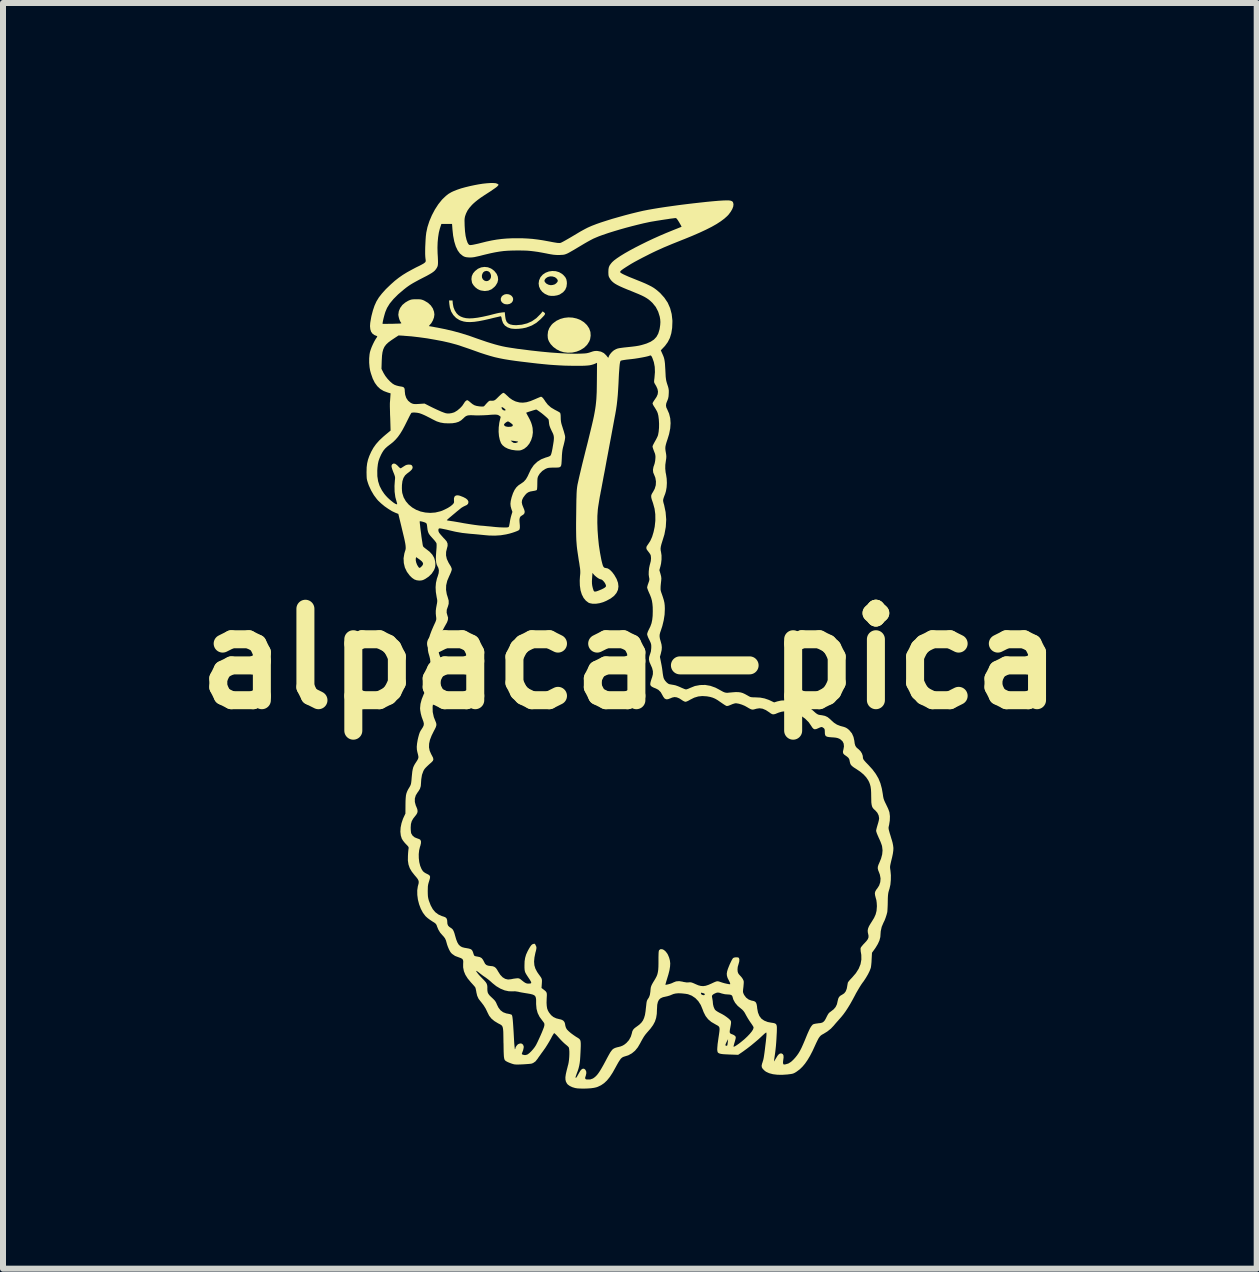
<source format=kicad_pcb>
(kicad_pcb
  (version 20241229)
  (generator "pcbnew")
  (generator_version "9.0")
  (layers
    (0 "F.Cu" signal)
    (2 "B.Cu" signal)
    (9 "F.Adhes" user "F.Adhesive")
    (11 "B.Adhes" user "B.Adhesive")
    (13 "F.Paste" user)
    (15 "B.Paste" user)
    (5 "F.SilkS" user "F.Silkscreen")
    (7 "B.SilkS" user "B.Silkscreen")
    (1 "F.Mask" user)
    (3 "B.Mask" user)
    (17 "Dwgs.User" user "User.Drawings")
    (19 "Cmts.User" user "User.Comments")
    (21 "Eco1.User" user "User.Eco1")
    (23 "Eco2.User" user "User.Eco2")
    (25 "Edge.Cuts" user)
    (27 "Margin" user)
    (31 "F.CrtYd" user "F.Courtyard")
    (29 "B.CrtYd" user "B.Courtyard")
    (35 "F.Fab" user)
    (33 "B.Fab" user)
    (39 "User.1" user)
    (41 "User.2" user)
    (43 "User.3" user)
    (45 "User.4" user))
  (footprint "alpaca-pica"
    (layer "F.Cu")
    (at 7.446 7.929)
    (property "Reference" "alpaca-pica" (at 0 0 0) (layer "F.SilkS") (effects (font (size 1.524 1.524) (thickness 0.3))))
    (attr board_only exclude_from_pos_files exclude_from_bom)
    (fp_poly (pts (xy -2.027 -6.076) (xy -1.996 -6.066) (xy -1.97 -6.048) (xy -1.952 -6.024) (xy -1.944 -5.996) (xy -1.95 -5.965) (xy -1.952 -5.96) (xy -1.973 -5.932) (xy -2.005 -5.914) (xy -2.042 -5.907) (xy -2.082 -5.911) (xy -2.104 -5.92) (xy -2.133 -5.942) (xy -2.149 -5.97) (xy -2.151 -6.002) (xy -2.139 -6.033) (xy -2.125 -6.05) (xy -2.094 -6.07) (xy -2.061 -6.078)) (stroke (width 0) (type solid)) (fill yes) (layer "F.SilkS"))
    (fp_poly (pts (xy -0.953 -5.686) (xy -0.885 -5.671) (xy -0.821 -5.645) (xy -0.764 -5.609) (xy -0.716 -5.563) (xy -0.678 -5.507) (xy -0.677 -5.504) (xy -0.657 -5.447) (xy -0.653 -5.386) (xy -0.662 -5.326) (xy -0.677 -5.288) (xy -0.713 -5.232) (xy -0.761 -5.185) (xy -0.82 -5.148) (xy -0.886 -5.12) (xy -0.958 -5.104) (xy -1.034 -5.101) (xy -1.101 -5.109) (xy -1.163 -5.128) (xy -1.222 -5.158) (xy -1.276 -5.198) (xy -1.32 -5.245) (xy -1.347 -5.288) (xy -1.36 -5.318) (xy -1.367 -5.346) (xy -1.369 -5.379) (xy -1.37 -5.396) (xy -1.363 -5.458) (xy -1.342 -5.513) (xy -1.307 -5.564) (xy -1.283 -5.589) (xy -1.226 -5.632) (xy -1.162 -5.663) (xy -1.094 -5.682) (xy -1.023 -5.69)) (stroke (width 0) (type solid)) (fill yes) (layer "F.SilkS"))
    (fp_poly (pts (xy -2.366 -6.525) (xy -2.312 -6.504) (xy -2.263 -6.468) (xy -2.257 -6.462) (xy -2.22 -6.416) (xy -2.2 -6.368) (xy -2.195 -6.318) (xy -2.207 -6.269) (xy -2.235 -6.222) (xy -2.257 -6.197) (xy -2.305 -6.158) (xy -2.359 -6.136) (xy -2.418 -6.129) (xy -2.479 -6.138) (xy -2.5 -6.144) (xy -2.539 -6.163) (xy -2.576 -6.192) (xy -2.607 -6.227) (xy -2.628 -6.262) (xy -2.631 -6.272) (xy -2.64 -6.327) (xy -2.634 -6.377) (xy -2.631 -6.383) (xy -2.466 -6.383) (xy -2.463 -6.352) (xy -2.449 -6.324) (xy -2.426 -6.304) (xy -2.397 -6.294) (xy -2.369 -6.297) (xy -2.354 -6.304) (xy -2.329 -6.325) (xy -2.316 -6.352) (xy -2.313 -6.383) (xy -2.32 -6.413) (xy -2.335 -6.44) (xy -2.359 -6.458) (xy -2.389 -6.465) (xy -2.389 -6.465) (xy -2.42 -6.458) (xy -2.444 -6.44) (xy -2.459 -6.413) (xy -2.466 -6.383) (xy -2.631 -6.383) (xy -2.613 -6.423) (xy -2.58 -6.462) (xy -2.532 -6.5) (xy -2.478 -6.523) (xy -2.422 -6.531)) (stroke (width 0) (type solid)) (fill yes) (layer "F.SilkS"))
    (fp_poly (pts (xy -1.235 -6.46) (xy -1.18 -6.444) (xy -1.13 -6.415) (xy -1.106 -6.394) (xy -1.076 -6.36) (xy -1.059 -6.327) (xy -1.051 -6.288) (xy -1.049 -6.255) (xy -1.056 -6.199) (xy -1.077 -6.15) (xy -1.112 -6.109) (xy -1.162 -6.076) (xy -1.172 -6.07) (xy -1.212 -6.057) (xy -1.26 -6.049) (xy -1.31 -6.048) (xy -1.353 -6.054) (xy -1.361 -6.057) (xy -1.416 -6.082) (xy -1.46 -6.116) (xy -1.493 -6.158) (xy -1.513 -6.205) (xy -1.52 -6.255) (xy -1.513 -6.305) (xy -1.423 -6.305) (xy -1.421 -6.29) (xy -1.415 -6.278) (xy -1.393 -6.254) (xy -1.36 -6.236) (xy -1.323 -6.227) (xy -1.312 -6.227) (xy -1.282 -6.231) (xy -1.253 -6.24) (xy -1.25 -6.241) (xy -1.228 -6.257) (xy -1.211 -6.276) (xy -1.209 -6.278) (xy -1.201 -6.296) (xy -1.203 -6.311) (xy -1.209 -6.323) (xy -1.225 -6.342) (xy -1.248 -6.359) (xy -1.25 -6.36) (xy -1.289 -6.372) (xy -1.329 -6.373) (xy -1.367 -6.363) (xy -1.398 -6.344) (xy -1.415 -6.323) (xy -1.423 -6.305) (xy -1.513 -6.305) (xy -1.513 -6.306) (xy -1.491 -6.356) (xy -1.488 -6.361) (xy -1.45 -6.404) (xy -1.403 -6.435) (xy -1.35 -6.455) (xy -1.293 -6.463)) (stroke (width 0) (type solid)) (fill yes) (layer "F.SilkS"))
    (fp_poly (pts (xy -2.95 -5.916) (xy -2.939 -5.859) (xy -2.918 -5.806) (xy -2.888 -5.759) (xy -2.856 -5.727) (xy -2.819 -5.704) (xy -2.778 -5.688) (xy -2.73 -5.677) (xy -2.674 -5.673) (xy -2.61 -5.676) (xy -2.536 -5.685) (xy -2.45 -5.701) (xy -2.351 -5.723) (xy -2.262 -5.746) (xy -2.221 -5.756) (xy -2.18 -5.765) (xy -2.144 -5.77) (xy -2.134 -5.772) (xy -2.084 -5.776) (xy -2.078 -5.712) (xy -2.07 -5.66) (xy -2.055 -5.62) (xy -2.03 -5.591) (xy -1.995 -5.573) (xy -1.948 -5.563) (xy -1.896 -5.56) (xy -1.8 -5.568) (xy -1.712 -5.59) (xy -1.631 -5.626) (xy -1.558 -5.677) (xy -1.494 -5.741) (xy -1.488 -5.747) (xy -1.453 -5.79) (xy -1.43 -5.773) (xy -1.418 -5.763) (xy -1.413 -5.753) (xy -1.416 -5.74) (xy -1.427 -5.723) (xy -1.449 -5.699) (xy -1.481 -5.666) (xy -1.488 -5.659) (xy -1.558 -5.599) (xy -1.633 -5.555) (xy -1.716 -5.524) (xy -1.731 -5.519) (xy -1.79 -5.507) (xy -1.852 -5.5) (xy -1.911 -5.498) (xy -1.963 -5.502) (xy -1.984 -5.505) (xy -2.039 -5.525) (xy -2.082 -5.554) (xy -2.113 -5.595) (xy -2.132 -5.647) (xy -2.136 -5.67) (xy -2.141 -5.694) (xy -2.148 -5.707) (xy -2.151 -5.708) (xy -2.162 -5.707) (xy -2.186 -5.701) (xy -2.221 -5.693) (xy -2.265 -5.683) (xy -2.314 -5.671) (xy -2.329 -5.667) (xy -2.43 -5.644) (xy -2.517 -5.627) (xy -2.593 -5.616) (xy -2.659 -5.612) (xy -2.716 -5.613) (xy -2.768 -5.621) (xy -2.814 -5.635) (xy -2.841 -5.646) (xy -2.896 -5.681) (xy -2.942 -5.729) (xy -2.977 -5.786) (xy -2.999 -5.852) (xy -3.008 -5.912) (xy -3.013 -5.972) (xy -2.955 -5.972)) (stroke (width 0) (type solid)) (fill yes) (layer "F.SilkS"))
    (fp_poly (pts (xy -2.235 -7.926) (xy -2.209 -7.917) (xy -2.204 -7.914) (xy -2.186 -7.899) (xy -2.209 -7.873) (xy -2.224 -7.86) (xy -2.25 -7.841) (xy -2.285 -7.817) (xy -2.324 -7.79) (xy -2.352 -7.772) (xy -2.425 -7.725) (xy -2.485 -7.685) (xy -2.535 -7.648) (xy -2.576 -7.615) (xy -2.612 -7.583) (xy -2.633 -7.562) (xy -2.674 -7.515) (xy -2.705 -7.471) (xy -2.728 -7.425) (xy -2.74 -7.393) (xy -2.747 -7.371) (xy -2.751 -7.351) (xy -2.754 -7.329) (xy -2.755 -7.301) (xy -2.754 -7.263) (xy -2.753 -7.218) (xy -2.747 -7.125) (xy -2.737 -7.047) (xy -2.722 -6.984) (xy -2.704 -6.934) (xy -2.704 -6.934) (xy -2.69 -6.911) (xy -2.678 -6.899) (xy -2.66 -6.895) (xy -2.66 -6.895) (xy -2.644 -6.896) (xy -2.615 -6.9) (xy -2.577 -6.908) (xy -2.531 -6.918) (xy -2.487 -6.929) (xy -2.387 -6.954) (xy -2.297 -6.973) (xy -2.215 -6.987) (xy -2.135 -6.997) (xy -2.054 -7.004) (xy -1.968 -7.008) (xy -1.872 -7.009) (xy -1.871 -7.009) (xy -1.783 -7.008) (xy -1.702 -7.004) (xy -1.623 -6.998) (xy -1.541 -6.988) (xy -1.453 -6.975) (xy -1.354 -6.957) (xy -1.337 -6.954) (xy -1.281 -6.943) (xy -1.239 -6.936) (xy -1.207 -6.931) (xy -1.184 -6.93) (xy -1.167 -6.93) (xy -1.154 -6.932) (xy -1.151 -6.933) (xy -1.136 -6.94) (xy -1.109 -6.954) (xy -1.073 -6.974) (xy -1.029 -6.999) (xy -0.981 -7.027) (xy -0.949 -7.046) (xy -0.882 -7.086) (xy -0.827 -7.119) (xy -0.78 -7.145) (xy -0.739 -7.167) (xy -0.702 -7.186) (xy -0.666 -7.202) (xy -0.629 -7.218) (xy -0.587 -7.234) (xy -0.559 -7.245) (xy -0.482 -7.272) (xy -0.392 -7.301) (xy -0.293 -7.332) (xy -0.187 -7.362) (xy -0.08 -7.392) (xy 0.027 -7.42) (xy 0.129 -7.445) (xy 0.224 -7.467) (xy 0.23 -7.468) (xy 0.301 -7.482) (xy 0.386 -7.497) (xy 0.482 -7.513) (xy 0.587 -7.529) (xy 0.7 -7.545) (xy 0.816 -7.561) (xy 0.935 -7.576) (xy 1.053 -7.59) (xy 1.169 -7.603) (xy 1.279 -7.615) (xy 1.382 -7.625) (xy 1.475 -7.633) (xy 1.555 -7.638) (xy 1.556 -7.638) (xy 1.612 -7.64) (xy 1.653 -7.639) (xy 1.683 -7.634) (xy 1.704 -7.625) (xy 1.717 -7.612) (xy 1.719 -7.608) (xy 1.727 -7.577) (xy 1.723 -7.538) (xy 1.707 -7.495) (xy 1.68 -7.449) (xy 1.645 -7.402) (xy 1.622 -7.378) (xy 1.574 -7.335) (xy 1.515 -7.291) (xy 1.446 -7.246) (xy 1.365 -7.2) (xy 1.27 -7.152) (xy 1.163 -7.102) (xy 1.041 -7.049) (xy 0.904 -6.993) (xy 0.888 -6.987) (xy 0.791 -6.948) (xy 0.706 -6.914) (xy 0.632 -6.883) (xy 0.565 -6.855) (xy 0.503 -6.827) (xy 0.443 -6.8) (xy 0.382 -6.771) (xy 0.319 -6.74) (xy 0.3 -6.73) (xy 0.215 -6.687) (xy 0.141 -6.648) (xy 0.076 -6.613) (xy 0.017 -6.579) (xy -0.039 -6.544) (xy -0.066 -6.527) (xy -0.107 -6.5) (xy -0.136 -6.479) (xy -0.153 -6.464) (xy -0.161 -6.452) (xy -0.161 -6.443) (xy -0.156 -6.436) (xy -0.14 -6.425) (xy -0.111 -6.409) (xy -0.07 -6.39) (xy -0.016 -6.366) (xy 0.054 -6.338) (xy 0.113 -6.314) (xy 0.193 -6.282) (xy 0.259 -6.254) (xy 0.314 -6.228) (xy 0.361 -6.204) (xy 0.401 -6.18) (xy 0.437 -6.154) (xy 0.472 -6.125) (xy 0.505 -6.096) (xy 0.575 -6.018) (xy 0.631 -5.935) (xy 0.671 -5.844) (xy 0.697 -5.746) (xy 0.709 -5.64) (xy 0.709 -5.614) (xy 0.705 -5.514) (xy 0.691 -5.426) (xy 0.667 -5.347) (xy 0.632 -5.278) (xy 0.586 -5.215) (xy 0.572 -5.2) (xy 0.516 -5.141) (xy 0.541 -5.085) (xy 0.555 -5.053) (xy 0.566 -5.024) (xy 0.574 -4.995) (xy 0.58 -4.961) (xy 0.585 -4.921) (xy 0.588 -4.871) (xy 0.592 -4.808) (xy 0.592 -4.804) (xy 0.595 -4.748) (xy 0.597 -4.705) (xy 0.601 -4.671) (xy 0.605 -4.643) (xy 0.611 -4.617) (xy 0.619 -4.589) (xy 0.625 -4.571) (xy 0.638 -4.531) (xy 0.645 -4.501) (xy 0.649 -4.473) (xy 0.649 -4.443) (xy 0.648 -4.419) (xy 0.645 -4.374) (xy 0.638 -4.338) (xy 0.626 -4.305) (xy 0.623 -4.299) (xy 0.607 -4.258) (xy 0.602 -4.224) (xy 0.607 -4.191) (xy 0.622 -4.159) (xy 0.654 -4.086) (xy 0.673 -4.009) (xy 0.679 -3.928) (xy 0.673 -3.84) (xy 0.654 -3.745) (xy 0.628 -3.66) (xy 0.611 -3.609) (xy 0.6 -3.57) (xy 0.593 -3.538) (xy 0.591 -3.509) (xy 0.593 -3.48) (xy 0.598 -3.447) (xy 0.601 -3.432) (xy 0.606 -3.398) (xy 0.608 -3.369) (xy 0.606 -3.338) (xy 0.601 -3.305) (xy 0.591 -3.233) (xy 0.59 -3.17) (xy 0.596 -3.108) (xy 0.604 -3.069) (xy 0.614 -3.002) (xy 0.617 -2.931) (xy 0.613 -2.86) (xy 0.602 -2.796) (xy 0.589 -2.751) (xy 0.573 -2.71) (xy 0.562 -2.679) (xy 0.556 -2.656) (xy 0.554 -2.637) (xy 0.557 -2.616) (xy 0.563 -2.591) (xy 0.571 -2.565) (xy 0.596 -2.445) (xy 0.606 -2.322) (xy 0.599 -2.198) (xy 0.576 -2.073) (xy 0.542 -1.962) (xy 0.526 -1.911) (xy 0.516 -1.87) (xy 0.512 -1.837) (xy 0.514 -1.805) (xy 0.519 -1.783) (xy 0.528 -1.723) (xy 0.528 -1.656) (xy 0.52 -1.587) (xy 0.51 -1.543) (xy 0.492 -1.478) (xy 0.51 -1.417) (xy 0.521 -1.375) (xy 0.525 -1.341) (xy 0.523 -1.309) (xy 0.517 -1.254) (xy 0.513 -1.212) (xy 0.512 -1.181) (xy 0.512 -1.156) (xy 0.515 -1.134) (xy 0.521 -1.114) (xy 0.529 -1.09) (xy 0.531 -1.086) (xy 0.551 -1.027) (xy 0.566 -0.978) (xy 0.576 -0.934) (xy 0.581 -0.892) (xy 0.583 -0.846) (xy 0.583 -0.827) (xy 0.579 -0.737) (xy 0.564 -0.641) (xy 0.541 -0.546) (xy 0.519 -0.479) (xy 0.504 -0.435) (xy 0.496 -0.399) (xy 0.496 -0.367) (xy 0.502 -0.331) (xy 0.514 -0.29) (xy 0.528 -0.238) (xy 0.533 -0.192) (xy 0.53 -0.147) (xy 0.518 -0.095) (xy 0.518 -0.093) (xy 0.501 -0.033) (xy 0.521 0.068) (xy 0.53 0.114) (xy 0.538 0.163) (xy 0.544 0.207) (xy 0.547 0.234) (xy 0.553 0.273) (xy 0.56 0.309) (xy 0.569 0.335) (xy 0.588 0.365) (xy 0.613 0.393) (xy 0.639 0.414) (xy 0.66 0.423) (xy 0.678 0.426) (xy 0.705 0.431) (xy 0.73 0.435) (xy 0.762 0.442) (xy 0.801 0.456) (xy 0.84 0.472) (xy 0.849 0.477) (xy 0.882 0.491) (xy 0.91 0.503) (xy 0.931 0.509) (xy 0.936 0.51) (xy 0.953 0.506) (xy 0.978 0.497) (xy 1.002 0.486) (xy 1.084 0.453) (xy 1.17 0.437) (xy 1.256 0.435) (xy 1.342 0.45) (xy 1.426 0.48) (xy 1.476 0.506) (xy 1.521 0.531) (xy 1.554 0.549) (xy 1.581 0.56) (xy 1.604 0.565) (xy 1.626 0.566) (xy 1.644 0.564) (xy 1.711 0.558) (xy 1.765 0.554) (xy 1.809 0.555) (xy 1.847 0.56) (xy 1.881 0.57) (xy 1.916 0.586) (xy 1.954 0.607) (xy 1.958 0.609) (xy 1.984 0.624) (xy 2.004 0.634) (xy 2.024 0.639) (xy 2.049 0.641) (xy 2.084 0.642) (xy 2.09 0.642) (xy 2.172 0.646) (xy 2.245 0.66) (xy 2.315 0.684) (xy 2.341 0.696) (xy 2.404 0.726) (xy 2.459 0.709) (xy 2.522 0.695) (xy 2.595 0.692) (xy 2.674 0.698) (xy 2.757 0.713) (xy 2.841 0.738) (xy 2.844 0.739) (xy 2.911 0.766) (xy 2.971 0.8) (xy 3.029 0.843) (xy 3.065 0.874) (xy 3.095 0.901) (xy 3.118 0.918) (xy 3.138 0.929) (xy 3.162 0.935) (xy 3.192 0.939) (xy 3.205 0.941) (xy 3.252 0.951) (xy 3.295 0.971) (xy 3.337 1.005) (xy 3.352 1.02) (xy 3.402 1.065) (xy 3.452 1.097) (xy 3.506 1.118) (xy 3.524 1.123) (xy 3.569 1.135) (xy 3.602 1.148) (xy 3.63 1.166) (xy 3.658 1.19) (xy 3.66 1.193) (xy 3.701 1.243) (xy 3.727 1.302) (xy 3.742 1.37) (xy 3.742 1.375) (xy 3.748 1.417) (xy 3.758 1.449) (xy 3.774 1.474) (xy 3.799 1.497) (xy 3.812 1.507) (xy 3.843 1.538) (xy 3.867 1.576) (xy 3.881 1.616) (xy 3.883 1.634) (xy 3.884 1.651) (xy 3.888 1.665) (xy 3.896 1.681) (xy 3.911 1.7) (xy 3.933 1.725) (xy 3.965 1.758) (xy 3.973 1.766) (xy 4.043 1.843) (xy 4.098 1.917) (xy 4.142 1.992) (xy 4.175 2.072) (xy 4.199 2.161) (xy 4.215 2.252) (xy 4.221 2.295) (xy 4.228 2.328) (xy 4.238 2.357) (xy 4.252 2.389) (xy 4.272 2.429) (xy 4.272 2.43) (xy 4.291 2.469) (xy 4.308 2.507) (xy 4.32 2.54) (xy 4.326 2.558) (xy 4.334 2.623) (xy 4.332 2.694) (xy 4.321 2.763) (xy 4.321 2.766) (xy 4.316 2.785) (xy 4.313 2.8) (xy 4.311 2.814) (xy 4.312 2.829) (xy 4.315 2.849) (xy 4.322 2.874) (xy 4.331 2.907) (xy 4.345 2.952) (xy 4.362 3.01) (xy 4.363 3.01) (xy 4.378 3.064) (xy 4.387 3.11) (xy 4.392 3.153) (xy 4.39 3.197) (xy 4.383 3.247) (xy 4.371 3.305) (xy 4.362 3.341) (xy 4.351 3.387) (xy 4.343 3.422) (xy 4.338 3.448) (xy 4.336 3.469) (xy 4.337 3.489) (xy 4.34 3.511) (xy 4.343 3.531) (xy 4.35 3.606) (xy 4.349 3.685) (xy 4.342 3.762) (xy 4.327 3.83) (xy 4.322 3.845) (xy 4.314 3.872) (xy 4.308 3.896) (xy 4.304 3.921) (xy 4.301 3.951) (xy 4.299 3.99) (xy 4.298 4.041) (xy 4.298 4.052) (xy 4.297 4.1) (xy 4.295 4.145) (xy 4.293 4.183) (xy 4.291 4.21) (xy 4.29 4.22) (xy 4.278 4.266) (xy 4.262 4.315) (xy 4.244 4.362) (xy 4.227 4.396) (xy 4.197 4.466) (xy 4.181 4.538) (xy 4.178 4.577) (xy 4.174 4.636) (xy 4.159 4.694) (xy 4.132 4.753) (xy 4.094 4.816) (xy 4.077 4.84) (xy 4.035 4.898) (xy 4.029 5.009) (xy 4.027 5.053) (xy 4.023 5.095) (xy 4.019 5.129) (xy 4.015 5.151) (xy 4.014 5.153) (xy 3.996 5.201) (xy 3.969 5.256) (xy 3.935 5.314) (xy 3.897 5.372) (xy 3.88 5.394) (xy 3.855 5.43) (xy 3.826 5.476) (xy 3.796 5.527) (xy 3.767 5.577) (xy 3.757 5.597) (xy 3.711 5.683) (xy 3.67 5.756) (xy 3.632 5.818) (xy 3.596 5.873) (xy 3.56 5.923) (xy 3.522 5.97) (xy 3.481 6.016) (xy 3.48 6.018) (xy 3.452 6.049) (xy 3.423 6.082) (xy 3.399 6.111) (xy 3.398 6.112) (xy 3.35 6.163) (xy 3.291 6.21) (xy 3.228 6.249) (xy 3.222 6.252) (xy 3.199 6.265) (xy 3.18 6.279) (xy 3.163 6.298) (xy 3.146 6.322) (xy 3.128 6.356) (xy 3.106 6.401) (xy 3.09 6.436) (xy 3.045 6.534) (xy 3.002 6.617) (xy 2.96 6.687) (xy 2.919 6.746) (xy 2.877 6.796) (xy 2.833 6.839) (xy 2.785 6.875) (xy 2.772 6.884) (xy 2.749 6.898) (xy 2.728 6.908) (xy 2.706 6.915) (xy 2.676 6.92) (xy 2.635 6.925) (xy 2.632 6.926) (xy 2.542 6.932) (xy 2.459 6.931) (xy 2.385 6.922) (xy 2.321 6.905) (xy 2.269 6.881) (xy 2.244 6.862) (xy 2.215 6.833) (xy 2.2 6.808) (xy 2.196 6.781) (xy 2.203 6.747) (xy 2.21 6.727) (xy 2.216 6.707) (xy 2.222 6.688) (xy 2.227 6.666) (xy 2.232 6.641) (xy 2.237 6.608) (xy 2.243 6.567) (xy 2.25 6.513) (xy 2.257 6.453) (xy 2.266 6.381) (xy 2.272 6.324) (xy 2.276 6.281) (xy 2.277 6.252) (xy 2.276 6.234) (xy 2.273 6.227) (xy 2.272 6.227) (xy 2.263 6.232) (xy 2.244 6.247) (xy 2.22 6.269) (xy 2.191 6.296) (xy 2.19 6.297) (xy 2.142 6.341) (xy 2.083 6.391) (xy 2.019 6.444) (xy 1.953 6.495) (xy 1.89 6.541) (xy 1.867 6.557) (xy 1.805 6.599) (xy 1.666 6.594) (xy 1.602 6.591) (xy 1.553 6.588) (xy 1.517 6.583) (xy 1.491 6.576) (xy 1.474 6.567) (xy 1.464 6.556) (xy 1.464 6.555) (xy 1.459 6.538) (xy 1.456 6.511) (xy 1.458 6.473) (xy 1.461 6.441) (xy 1.592 6.441) (xy 1.604 6.448) (xy 1.618 6.447) (xy 1.623 6.443) (xy 1.626 6.432) (xy 1.629 6.41) (xy 1.632 6.387) (xy 1.637 6.338) (xy 1.612 6.385) (xy 1.6 6.411) (xy 1.593 6.431) (xy 1.592 6.441) (xy 1.461 6.441) (xy 1.462 6.423) (xy 1.471 6.36) (xy 1.477 6.317) (xy 1.486 6.257) (xy 1.492 6.212) (xy 1.495 6.178) (xy 1.494 6.154) (xy 1.489 6.136) (xy 1.478 6.122) (xy 1.462 6.111) (xy 1.44 6.099) (xy 1.424 6.09) (xy 1.357 6.051) (xy 1.304 6.006) (xy 1.262 5.952) (xy 1.229 5.887) (xy 1.213 5.844) (xy 1.182 5.769) (xy 1.141 5.705) (xy 1.091 5.653) (xy 1.052 5.627) (xy 1.368 5.627) (xy 1.373 5.654) (xy 1.373 5.654) (xy 1.378 5.683) (xy 1.382 5.71) (xy 1.382 5.716) (xy 1.386 5.757) (xy 1.396 5.799) (xy 1.411 5.834) (xy 1.421 5.85) (xy 1.44 5.866) (xy 1.468 5.884) (xy 1.499 5.901) (xy 1.501 5.902) (xy 1.538 5.921) (xy 1.577 5.944) (xy 1.614 5.97) (xy 1.646 5.995) (xy 1.67 6.018) (xy 1.683 6.035) (xy 1.686 6.049) (xy 1.686 6.07) (xy 1.682 6.101) (xy 1.675 6.14) (xy 1.667 6.182) (xy 1.664 6.212) (xy 1.666 6.231) (xy 1.675 6.243) (xy 1.691 6.252) (xy 1.711 6.259) (xy 1.735 6.27) (xy 1.754 6.285) (xy 1.757 6.288) (xy 1.763 6.299) (xy 1.765 6.31) (xy 1.763 6.326) (xy 1.757 6.351) (xy 1.749 6.38) (xy 1.739 6.413) (xy 1.732 6.44) (xy 1.728 6.456) (xy 1.727 6.46) (xy 1.733 6.464) (xy 1.751 6.457) (xy 1.78 6.439) (xy 1.82 6.411) (xy 1.852 6.386) (xy 1.908 6.34) (xy 1.957 6.294) (xy 1.998 6.251) (xy 2.03 6.212) (xy 2.052 6.178) (xy 2.061 6.151) (xy 2.061 6.138) (xy 2.054 6.124) (xy 2.039 6.1) (xy 2.02 6.072) (xy 2.014 6.064) (xy 1.991 6.03) (xy 1.965 5.989) (xy 1.941 5.947) (xy 1.935 5.936) (xy 1.914 5.897) (xy 1.895 5.87) (xy 1.875 5.848) (xy 1.856 5.832) (xy 1.797 5.783) (xy 1.754 5.732) (xy 1.725 5.679) (xy 1.715 5.645) (xy 1.707 5.619) (xy 1.693 5.604) (xy 1.671 5.596) (xy 1.636 5.593) (xy 1.632 5.593) (xy 1.583 5.589) (xy 1.536 5.578) (xy 1.532 5.577) (xy 1.495 5.565) (xy 1.467 5.561) (xy 1.443 5.565) (xy 1.417 5.576) (xy 1.416 5.576) (xy 1.387 5.593) (xy 1.372 5.608) (xy 1.368 5.627) (xy 1.052 5.627) (xy 1.033 5.614) (xy 0.969 5.589) (xy 0.929 5.582) (xy 0.863 5.575) (xy 1.184 5.575) (xy 1.192 5.592) (xy 1.207 5.6) (xy 1.231 5.606) (xy 1.244 5.602) (xy 1.249 5.592) (xy 1.244 5.58) (xy 1.231 5.574) (xy 1.21 5.568) (xy 1.198 5.564) (xy 1.187 5.564) (xy 1.184 5.575) (xy 0.863 5.575) (xy 0.862 5.575) (xy 0.808 5.573) (xy 0.764 5.577) (xy 0.728 5.585) (xy 0.7 5.596) (xy 0.667 5.61) (xy 0.627 5.622) (xy 0.601 5.628) (xy 0.551 5.639) (xy 0.513 5.656) (xy 0.485 5.682) (xy 0.467 5.718) (xy 0.456 5.766) (xy 0.453 5.827) (xy 0.452 5.836) (xy 0.449 5.916) (xy 0.438 5.984) (xy 0.418 6.045) (xy 0.387 6.103) (xy 0.345 6.161) (xy 0.319 6.191) (xy 0.284 6.231) (xy 0.256 6.265) (xy 0.233 6.298) (xy 0.211 6.335) (xy 0.186 6.38) (xy 0.173 6.405) (xy 0.132 6.475) (xy 0.086 6.531) (xy 0.034 6.574) (xy -0.026 6.607) (xy -0.096 6.629) (xy -0.115 6.636) (xy -0.132 6.647) (xy -0.15 6.663) (xy -0.168 6.688) (xy -0.19 6.722) (xy -0.216 6.768) (xy -0.239 6.81) (xy -0.287 6.896) (xy -0.334 6.968) (xy -0.381 7.026) (xy -0.429 7.071) (xy -0.48 7.106) (xy -0.535 7.132) (xy -0.558 7.14) (xy -0.597 7.149) (xy -0.648 7.156) (xy -0.706 7.16) (xy -0.766 7.162) (xy -0.824 7.161) (xy -0.875 7.158) (xy -0.912 7.152) (xy -0.959 7.138) (xy -1.001 7.118) (xy -1.033 7.095) (xy -1.047 7.079) (xy -1.065 7.046) (xy -1.073 7.012) (xy -1.074 6.972) (xy -1.067 6.922) (xy -1.063 6.904) (xy -1.053 6.86) (xy -1.041 6.814) (xy -1.031 6.773) (xy -1.027 6.761) (xy -1.02 6.726) (xy -1.014 6.683) (xy -1.01 6.636) (xy -1.008 6.589) (xy -1.008 6.545) (xy -1.011 6.508) (xy -1.015 6.482) (xy -1.018 6.476) (xy -1.03 6.461) (xy -1.051 6.442) (xy -1.073 6.424) (xy -1.096 6.404) (xy -1.126 6.375) (xy -1.158 6.342) (xy -1.185 6.312) (xy -1.211 6.283) (xy -1.234 6.259) (xy -1.252 6.243) (xy -1.261 6.237) (xy -1.261 6.237) (xy -1.268 6.245) (xy -1.281 6.265) (xy -1.298 6.294) (xy -1.316 6.33) (xy -1.32 6.336) (xy -1.345 6.381) (xy -1.376 6.432) (xy -1.409 6.484) (xy -1.442 6.53) (xy -1.443 6.532) (xy -1.471 6.57) (xy -1.497 6.607) (xy -1.52 6.638) (xy -1.535 6.661) (xy -1.539 6.666) (xy -1.572 6.708) (xy -1.611 6.735) (xy -1.636 6.745) (xy -1.655 6.748) (xy -1.686 6.751) (xy -1.726 6.754) (xy -1.771 6.757) (xy -1.79 6.758) (xy -1.838 6.76) (xy -1.875 6.761) (xy -1.902 6.76) (xy -1.924 6.758) (xy -1.945 6.753) (xy -1.968 6.746) (xy -1.97 6.745) (xy -2.003 6.733) (xy -2.032 6.721) (xy -2.052 6.711) (xy -2.065 6.703) (xy -2.076 6.695) (xy -2.084 6.685) (xy -2.091 6.671) (xy -2.095 6.652) (xy -2.099 6.626) (xy -2.101 6.59) (xy -2.103 6.544) (xy -2.104 6.485) (xy -2.105 6.412) (xy -2.106 6.398) (xy -2.107 6.323) (xy -2.108 6.263) (xy -2.109 6.216) (xy -2.112 6.179) (xy -2.116 6.151) (xy -2.122 6.131) (xy -2.13 6.116) (xy -2.142 6.104) (xy -2.157 6.094) (xy -2.176 6.084) (xy -2.196 6.074) (xy -2.258 6.036) (xy -2.307 5.995) (xy -2.345 5.947) (xy -2.374 5.889) (xy -2.377 5.882) (xy -2.403 5.828) (xy -2.438 5.772) (xy -2.477 5.721) (xy -2.483 5.714) (xy -2.52 5.667) (xy -2.544 5.615) (xy -2.558 5.555) (xy -2.558 5.552) (xy -2.564 5.52) (xy -2.57 5.493) (xy -2.575 5.477) (xy -2.575 5.477) (xy -2.584 5.464) (xy -2.602 5.443) (xy -2.626 5.416) (xy -2.648 5.392) (xy -2.702 5.327) (xy -2.741 5.265) (xy -2.766 5.204) (xy -2.561 5.204) (xy -2.552 5.219) (xy -2.536 5.241) (xy -2.515 5.267) (xy -2.489 5.295) (xy -2.463 5.322) (xy -2.427 5.359) (xy -2.401 5.389) (xy -2.385 5.415) (xy -2.377 5.442) (xy -2.374 5.472) (xy -2.375 5.486) (xy -2.374 5.527) (xy -2.369 5.558) (xy -2.357 5.584) (xy -2.336 5.611) (xy -2.304 5.642) (xy -2.299 5.646) (xy -2.269 5.675) (xy -2.248 5.698) (xy -2.233 5.721) (xy -2.22 5.748) (xy -2.219 5.753) (xy -2.19 5.812) (xy -2.155 5.857) (xy -2.112 5.889) (xy -2.059 5.909) (xy -2.031 5.914) (xy -2.002 5.92) (xy -1.979 5.927) (xy -1.968 5.933) (xy -1.964 5.941) (xy -1.959 5.958) (xy -1.955 5.983) (xy -1.951 6.02) (xy -1.947 6.068) (xy -1.943 6.128) (xy -1.938 6.202) (xy -1.933 6.292) (xy -1.932 6.311) (xy -1.929 6.366) (xy -1.926 6.414) (xy -1.922 6.455) (xy -1.919 6.485) (xy -1.917 6.503) (xy -1.915 6.506) (xy -1.909 6.499) (xy -1.908 6.492) (xy -1.902 6.471) (xy -1.887 6.447) (xy -1.868 6.426) (xy -1.857 6.419) (xy -1.827 6.409) (xy -1.8 6.413) (xy -1.779 6.431) (xy -1.769 6.459) (xy -1.768 6.469) (xy -1.772 6.493) (xy -1.779 6.524) (xy -1.785 6.539) (xy -1.795 6.566) (xy -1.8 6.581) (xy -1.798 6.589) (xy -1.79 6.593) (xy -1.783 6.597) (xy -1.747 6.604) (xy -1.712 6.596) (xy -1.698 6.588) (xy -1.672 6.568) (xy -1.642 6.539) (xy -1.612 6.505) (xy -1.585 6.47) (xy -1.566 6.44) (xy -1.565 6.439) (xy -1.538 6.385) (xy -1.512 6.329) (xy -1.487 6.274) (xy -1.465 6.223) (xy -1.447 6.178) (xy -1.433 6.142) (xy -1.426 6.116) (xy -1.425 6.111) (xy -1.424 6.09) (xy -1.427 6.073) (xy -1.437 6.057) (xy -1.454 6.034) (xy -1.459 6.028) (xy -1.504 5.967) (xy -1.536 5.903) (xy -1.555 5.833) (xy -1.562 5.754) (xy -1.562 5.724) (xy -1.562 5.681) (xy -1.566 5.649) (xy -1.575 5.625) (xy -1.592 5.607) (xy -1.618 5.595) (xy -1.656 5.585) (xy -1.707 5.576) (xy -1.727 5.573) (xy -1.769 5.566) (xy -1.81 5.559) (xy -1.845 5.552) (xy -1.859 5.548) (xy -1.913 5.54) (xy -1.949 5.541) (xy -2.016 5.54) (xy -2.086 5.525) (xy -2.157 5.496) (xy -2.226 5.455) (xy -2.291 5.403) (xy -2.292 5.402) (xy -2.325 5.372) (xy -2.36 5.343) (xy -2.392 5.319) (xy -2.407 5.308) (xy -2.44 5.286) (xy -2.476 5.259) (xy -2.503 5.238) (xy -2.527 5.219) (xy -2.547 5.205) (xy -2.559 5.199) (xy -2.559 5.198) (xy -2.561 5.204) (xy -2.766 5.204) (xy -2.766 5.203) (xy -2.778 5.141) (xy -2.778 5.085) (xy -2.776 5.046) (xy -2.78 5.019) (xy -2.793 5) (xy -2.816 4.987) (xy -2.849 4.975) (xy -2.913 4.951) (xy -2.962 4.917) (xy -2.98 4.899) (xy -2.996 4.876) (xy -3.014 4.842) (xy -3.031 4.802) (xy -3.045 4.763) (xy -3.052 4.738) (xy -3.065 4.692) (xy -3.081 4.657) (xy -3.105 4.626) (xy -3.119 4.611) (xy -3.161 4.563) (xy -3.192 4.511) (xy -3.211 4.465) (xy -3.219 4.441) (xy -3.228 4.424) (xy -3.24 4.41) (xy -3.258 4.396) (xy -3.286 4.379) (xy -3.298 4.371) (xy -3.334 4.347) (xy -3.37 4.32) (xy -3.399 4.294) (xy -3.407 4.286) (xy -3.449 4.23) (xy -3.484 4.164) (xy -3.512 4.09) (xy -3.532 4.012) (xy -3.542 3.934) (xy -3.543 3.858) (xy -3.533 3.79) (xy -3.528 3.773) (xy -3.52 3.742) (xy -3.518 3.716) (xy -3.523 3.693) (xy -3.536 3.668) (xy -3.559 3.638) (xy -3.586 3.607) (xy -3.634 3.546) (xy -3.668 3.488) (xy -3.689 3.427) (xy -3.699 3.36) (xy -3.698 3.285) (xy -3.696 3.246) (xy -3.693 3.209) (xy -3.69 3.179) (xy -3.688 3.169) (xy -3.686 3.152) (xy -3.688 3.138) (xy -3.696 3.125) (xy -3.712 3.107) (xy -3.732 3.087) (xy -3.758 3.058) (xy -3.782 3.027) (xy -3.798 3) (xy -3.8 2.998) (xy -3.817 2.944) (xy -3.824 2.881) (xy -3.82 2.812) (xy -3.805 2.739) (xy -3.781 2.667) (xy -3.769 2.64) (xy -3.74 2.579) (xy -3.739 2.431) (xy -3.738 2.367) (xy -3.735 2.317) (xy -3.731 2.276) (xy -3.723 2.241) (xy -3.711 2.209) (xy -3.695 2.176) (xy -3.673 2.14) (xy -3.661 2.119) (xy -3.653 2.101) (xy -3.647 2.082) (xy -3.643 2.057) (xy -3.639 2.023) (xy -3.636 1.983) (xy -3.63 1.923) (xy -3.625 1.877) (xy -3.618 1.84) (xy -3.61 1.809) (xy -3.598 1.782) (xy -3.583 1.754) (xy -3.564 1.725) (xy -3.544 1.694) (xy -3.531 1.67) (xy -3.524 1.649) (xy -3.524 1.626) (xy -3.53 1.597) (xy -3.54 1.557) (xy -3.541 1.555) (xy -3.549 1.512) (xy -3.551 1.465) (xy -3.546 1.411) (xy -3.535 1.346) (xy -3.525 1.304) (xy -3.512 1.257) (xy -3.499 1.221) (xy -3.481 1.188) (xy -3.471 1.174) (xy -3.448 1.137) (xy -3.435 1.107) (xy -3.433 1.078) (xy -3.44 1.047) (xy -3.45 1.02) (xy -3.469 0.968) (xy -3.484 0.911) (xy -3.493 0.858) (xy -3.496 0.824) (xy -3.489 0.751) (xy -3.468 0.672) (xy -3.435 0.59) (xy -3.393 0.513) (xy -3.376 0.484) (xy -3.363 0.458) (xy -3.356 0.441) (xy -3.356 0.438) (xy -3.359 0.421) (xy -3.367 0.397) (xy -3.373 0.382) (xy -3.388 0.332) (xy -3.389 0.281) (xy -3.375 0.225) (xy -3.365 0.2) (xy -3.342 0.142) (xy -3.329 0.094) (xy -3.324 0.049) (xy -3.329 0.004) (xy -3.341 -0.047) (xy -3.345 -0.059) (xy -3.358 -0.105) (xy -3.365 -0.146) (xy -3.367 -0.192) (xy -3.367 -0.202) (xy -3.365 -0.248) (xy -3.359 -0.295) (xy -3.347 -0.345) (xy -3.33 -0.4) (xy -3.307 -0.462) (xy -3.276 -0.535) (xy -3.256 -0.579) (xy -3.24 -0.613) (xy -3.231 -0.638) (xy -3.226 -0.657) (xy -3.226 -0.677) (xy -3.228 -0.7) (xy -3.229 -0.702) (xy -3.234 -0.754) (xy -3.234 -0.801) (xy -3.228 -0.849) (xy -3.22 -0.893) (xy -3.213 -0.929) (xy -3.21 -0.955) (xy -3.21 -0.979) (xy -3.215 -1.007) (xy -3.219 -1.026) (xy -3.233 -1.114) (xy -3.237 -1.193) (xy -3.231 -1.266) (xy -3.215 -1.337) (xy -3.202 -1.374) (xy -3.186 -1.428) (xy -3.182 -1.475) (xy -3.191 -1.515) (xy -3.204 -1.54) (xy -3.218 -1.569) (xy -3.227 -1.605) (xy -3.232 -1.651) (xy -3.232 -1.709) (xy -3.227 -1.781) (xy -3.225 -1.804) (xy -3.221 -1.855) (xy -3.22 -1.891) (xy -3.221 -1.916) (xy -3.224 -1.929) (xy -3.234 -1.945) (xy -3.252 -1.969) (xy -3.276 -1.996) (xy -3.293 -2.015) (xy -3.325 -2.051) (xy -3.348 -2.082) (xy -3.362 -2.113) (xy -3.371 -2.149) (xy -3.377 -2.196) (xy -3.377 -2.198) (xy -3.381 -2.23) (xy -3.386 -2.25) (xy -3.395 -2.262) (xy -3.4 -2.265) (xy -3.416 -2.273) (xy -3.44 -2.281) (xy -3.465 -2.288) (xy -3.487 -2.292) (xy -3.5 -2.293) (xy -3.501 -2.292) (xy -3.502 -2.283) (xy -3.5 -2.26) (xy -3.496 -2.227) (xy -3.492 -2.185) (xy -3.486 -2.137) (xy -3.479 -2.087) (xy -3.473 -2.037) (xy -3.466 -1.989) (xy -3.459 -1.946) (xy -3.454 -1.911) (xy -3.449 -1.886) (xy -3.446 -1.875) (xy -3.435 -1.862) (xy -3.415 -1.845) (xy -3.399 -1.833) (xy -3.337 -1.785) (xy -3.291 -1.735) (xy -3.26 -1.681) (xy -3.244 -1.622) (xy -3.241 -1.583) (xy -3.242 -1.546) (xy -3.248 -1.517) (xy -3.26 -1.486) (xy -3.266 -1.474) (xy -3.302 -1.419) (xy -3.352 -1.37) (xy -3.413 -1.329) (xy -3.414 -1.329) (xy -3.447 -1.313) (xy -3.477 -1.306) (xy -3.508 -1.304) (xy -3.552 -1.309) (xy -3.591 -1.323) (xy -3.629 -1.349) (xy -3.667 -1.386) (xy -3.715 -1.45) (xy -3.749 -1.521) (xy -3.767 -1.597) (xy -3.769 -1.644) (xy -3.568 -1.644) (xy -3.561 -1.608) (xy -3.547 -1.57) (xy -3.532 -1.544) (xy -3.518 -1.524) (xy -3.507 -1.515) (xy -3.495 -1.519) (xy -3.483 -1.528) (xy -3.465 -1.546) (xy -3.453 -1.562) (xy -3.445 -1.582) (xy -3.45 -1.602) (xy -3.468 -1.626) (xy -3.501 -1.653) (xy -3.511 -1.66) (xy -3.561 -1.695) (xy -3.567 -1.673) (xy -3.568 -1.644) (xy -3.769 -1.644) (xy -3.771 -1.675) (xy -3.758 -1.754) (xy -3.747 -1.792) (xy -3.741 -1.809) (xy -3.737 -1.826) (xy -3.735 -1.845) (xy -3.736 -1.866) (xy -3.738 -1.893) (xy -3.743 -1.925) (xy -3.751 -1.966) (xy -3.762 -2.017) (xy -3.777 -2.079) (xy -3.795 -2.154) (xy -3.809 -2.213) (xy -3.858 -2.415) (xy -3.909 -2.435) (xy -3.964 -2.461) (xy -4.024 -2.498) (xy -4.086 -2.541) (xy -4.144 -2.589) (xy -4.195 -2.637) (xy -4.215 -2.66) (xy -4.266 -2.728) (xy -4.311 -2.805) (xy -4.349 -2.887) (xy -4.36 -2.917) (xy -4.371 -2.951) (xy -4.379 -2.978) (xy -4.384 -3.004) (xy -4.386 -3.032) (xy -4.387 -3.068) (xy -4.388 -3.113) (xy -4.387 -3.138) (xy -4.209 -3.138) (xy -4.208 -3.044) (xy -4.195 -2.959) (xy -4.17 -2.881) (xy -4.131 -2.806) (xy -4.092 -2.749) (xy -4.067 -2.719) (xy -4.037 -2.687) (xy -4.004 -2.656) (xy -3.97 -2.628) (xy -3.939 -2.603) (xy -3.911 -2.585) (xy -3.89 -2.576) (xy -3.879 -2.576) (xy -3.878 -2.576) (xy -3.878 -2.586) (xy -3.883 -2.605) (xy -3.886 -2.615) (xy -3.908 -2.695) (xy -3.92 -2.785) (xy -3.922 -2.881) (xy -3.916 -2.969) (xy -3.913 -2.998) (xy -3.912 -3.019) (xy -3.915 -3.039) (xy -3.922 -3.062) (xy -3.934 -3.094) (xy -3.941 -3.11) (xy -3.958 -3.155) (xy -3.968 -3.188) (xy -3.972 -3.212) (xy -3.968 -3.23) (xy -3.958 -3.243) (xy -3.957 -3.245) (xy -3.935 -3.255) (xy -3.91 -3.25) (xy -3.881 -3.229) (xy -3.864 -3.212) (xy -3.845 -3.192) (xy -3.829 -3.179) (xy -3.822 -3.175) (xy -3.811 -3.179) (xy -3.792 -3.191) (xy -3.769 -3.206) (xy -3.74 -3.224) (xy -3.717 -3.233) (xy -3.692 -3.237) (xy -3.683 -3.237) (xy -3.655 -3.235) (xy -3.638 -3.228) (xy -3.631 -3.221) (xy -3.62 -3.199) (xy -3.621 -3.178) (xy -3.634 -3.154) (xy -3.661 -3.127) (xy -3.701 -3.096) (xy -3.71 -3.09) (xy -3.746 -3.057) (xy -3.773 -3.014) (xy -3.79 -2.961) (xy -3.798 -2.895) (xy -3.798 -2.889) (xy -3.799 -2.844) (xy -3.797 -2.8) (xy -3.793 -2.766) (xy -3.792 -2.762) (xy -3.77 -2.691) (xy -3.733 -2.626) (xy -3.685 -2.57) (xy -3.627 -2.522) (xy -3.56 -2.483) (xy -3.487 -2.455) (xy -3.408 -2.438) (xy -3.326 -2.432) (xy -3.243 -2.438) (xy -3.159 -2.458) (xy -3.141 -2.464) (xy -3.085 -2.488) (xy -3.032 -2.515) (xy -2.988 -2.543) (xy -2.955 -2.57) (xy -2.954 -2.572) (xy -2.937 -2.591) (xy -2.93 -2.607) (xy -2.93 -2.627) (xy -2.931 -2.637) (xy -2.931 -2.677) (xy -2.92 -2.706) (xy -2.898 -2.722) (xy -2.866 -2.725) (xy -2.833 -2.718) (xy -2.774 -2.695) (xy -2.731 -2.672) (xy -2.704 -2.648) (xy -2.691 -2.622) (xy -2.69 -2.611) (xy -2.696 -2.584) (xy -2.716 -2.564) (xy -2.748 -2.549) (xy -2.773 -2.537) (xy -2.8 -2.521) (xy -2.805 -2.518) (xy -2.824 -2.503) (xy -2.85 -2.482) (xy -2.882 -2.456) (xy -2.916 -2.427) (xy -2.951 -2.398) (xy -2.984 -2.37) (xy -3.013 -2.346) (xy -3.035 -2.326) (xy -3.048 -2.314) (xy -3.05 -2.312) (xy -3.044 -2.307) (xy -3.025 -2.303) (xy -3.001 -2.3) (xy -2.978 -2.296) (xy -2.942 -2.291) (xy -2.896 -2.283) (xy -2.843 -2.274) (xy -2.788 -2.264) (xy -2.773 -2.261) (xy -2.712 -2.251) (xy -2.649 -2.241) (xy -2.588 -2.232) (xy -2.534 -2.225) (xy -2.491 -2.22) (xy -2.488 -2.22) (xy -2.435 -2.216) (xy -2.376 -2.21) (xy -2.319 -2.205) (xy -2.283 -2.201) (xy -2.233 -2.196) (xy -2.18 -2.192) (xy -2.131 -2.19) (xy -2.104 -2.189) (xy -2.066 -2.189) (xy -2.042 -2.19) (xy -2.027 -2.193) (xy -2.019 -2.198) (xy -2.016 -2.203) (xy -2.011 -2.218) (xy -2.006 -2.244) (xy -2 -2.275) (xy -2 -2.279) (xy -1.993 -2.319) (xy -1.983 -2.363) (xy -1.974 -2.395) (xy -1.957 -2.449) (xy -1.974 -2.497) (xy -1.986 -2.541) (xy -1.99 -2.584) (xy -1.985 -2.63) (xy -1.972 -2.685) (xy -1.97 -2.693) (xy -1.947 -2.761) (xy -1.921 -2.815) (xy -1.891 -2.858) (xy -1.854 -2.893) (xy -1.814 -2.919) (xy -1.769 -2.951) (xy -1.732 -2.992) (xy -1.702 -3.044) (xy -1.687 -3.077) (xy -1.648 -3.159) (xy -1.601 -3.228) (xy -1.544 -3.283) (xy -1.478 -3.325) (xy -1.401 -3.355) (xy -1.386 -3.359) (xy -1.357 -3.368) (xy -1.333 -3.379) (xy -1.323 -3.387) (xy -1.315 -3.4) (xy -1.307 -3.424) (xy -1.298 -3.461) (xy -1.288 -3.512) (xy -1.286 -3.525) (xy -1.276 -3.584) (xy -1.269 -3.63) (xy -1.266 -3.666) (xy -1.266 -3.695) (xy -1.27 -3.721) (xy -1.278 -3.747) (xy -1.291 -3.775) (xy -1.303 -3.799) (xy -1.325 -3.847) (xy -1.339 -3.885) (xy -1.346 -3.918) (xy -1.346 -3.923) (xy -1.349 -3.952) (xy -1.352 -3.977) (xy -1.354 -3.987) (xy -1.361 -3.997) (xy -1.379 -4.016) (xy -1.405 -4.039) (xy -1.435 -4.065) (xy -1.467 -4.091) (xy -1.499 -4.115) (xy -1.527 -4.135) (xy -1.548 -4.149) (xy -1.559 -4.154) (xy -1.571 -4.152) (xy -1.593 -4.146) (xy -1.622 -4.137) (xy -1.653 -4.127) (xy -1.683 -4.118) (xy -1.708 -4.109) (xy -1.724 -4.103) (xy -1.727 -4.101) (xy -1.724 -4.093) (xy -1.714 -4.075) (xy -1.7 -4.048) (xy -1.694 -4.038) (xy -1.665 -3.983) (xy -1.645 -3.937) (xy -1.631 -3.894) (xy -1.621 -3.849) (xy -1.62 -3.84) (xy -1.616 -3.773) (xy -1.625 -3.707) (xy -1.645 -3.644) (xy -1.675 -3.586) (xy -1.714 -3.538) (xy -1.76 -3.501) (xy -1.787 -3.488) (xy -1.811 -3.478) (xy -1.833 -3.473) (xy -1.86 -3.472) (xy -1.896 -3.473) (xy -1.9 -3.473) (xy -1.969 -3.483) (xy -2.03 -3.501) (xy -2.082 -3.527) (xy -2.122 -3.56) (xy -2.147 -3.594) (xy -2.163 -3.637) (xy -1.986 -3.637) (xy -1.963 -3.616) (xy -1.934 -3.598) (xy -1.901 -3.597) (xy -1.876 -3.606) (xy -1.863 -3.614) (xy -1.863 -3.619) (xy -1.872 -3.622) (xy -1.889 -3.625) (xy -1.915 -3.629) (xy -1.937 -3.632) (xy -1.986 -3.637) (xy -2.163 -3.637) (xy -2.167 -3.648) (xy -2.181 -3.713) (xy -2.187 -3.784) (xy -2.185 -3.858) (xy -2.179 -3.905) (xy -2.097 -3.905) (xy -2.09 -3.885) (xy -2.068 -3.872) (xy -2.033 -3.866) (xy -2.02 -3.866) (xy -1.991 -3.867) (xy -1.968 -3.872) (xy -1.959 -3.876) (xy -1.951 -3.89) (xy -1.949 -3.896) (xy -1.956 -3.906) (xy -1.972 -3.92) (xy -1.993 -3.936) (xy -2.013 -3.949) (xy -2.029 -3.956) (xy -2.032 -3.956) (xy -2.046 -3.951) (xy -2.064 -3.94) (xy -2.082 -3.925) (xy -2.095 -3.911) (xy -2.097 -3.905) (xy -2.179 -3.905) (xy -2.176 -3.931) (xy -2.17 -3.959) (xy -2.152 -4.033) (xy -2.171 -4.048) (xy -2.185 -4.058) (xy -2.201 -4.065) (xy -2.221 -4.069) (xy -2.247 -4.07) (xy -2.284 -4.069) (xy -2.333 -4.066) (xy -2.361 -4.063) (xy -2.434 -4.059) (xy -2.506 -4.057) (xy -2.571 -4.057) (xy -2.591 -4.058) (xy -2.642 -4.06) (xy -2.68 -4.059) (xy -2.708 -4.054) (xy -2.732 -4.044) (xy -2.753 -4.028) (xy -2.776 -4.006) (xy -2.812 -3.974) (xy -2.853 -3.95) (xy -2.9 -3.935) (xy -2.957 -3.926) (xy -3.023 -3.924) (xy -3.096 -3.927) (xy -3.159 -3.938) (xy -3.218 -3.957) (xy -3.257 -3.976) (xy -3.289 -3.992) (xy -3.328 -4.013) (xy -3.37 -4.034) (xy -3.389 -4.044) (xy -3.427 -4.062) (xy -3.464 -4.078) (xy -3.497 -4.09) (xy -3.511 -4.094) (xy -3.546 -4.101) (xy -3.581 -4.104) (xy -3.613 -4.104) (xy -3.635 -4.101) (xy -3.641 -4.098) (xy -3.647 -4.089) (xy -3.659 -4.068) (xy -3.675 -4.037) (xy -3.694 -3.999) (xy -3.708 -3.971) (xy -3.751 -3.885) (xy -3.79 -3.812) (xy -3.828 -3.75) (xy -3.865 -3.698) (xy -3.904 -3.653) (xy -3.945 -3.613) (xy -3.991 -3.576) (xy -3.997 -3.572) (xy -4.042 -3.537) (xy -4.076 -3.506) (xy -4.103 -3.474) (xy -4.126 -3.438) (xy -4.146 -3.401) (xy -4.17 -3.347) (xy -4.188 -3.296) (xy -4.199 -3.244) (xy -4.206 -3.184) (xy -4.209 -3.138) (xy -4.387 -3.138) (xy -4.386 -3.19) (xy -4.378 -3.256) (xy -4.364 -3.317) (xy -4.342 -3.38) (xy -4.311 -3.449) (xy -4.31 -3.451) (xy -4.274 -3.516) (xy -4.23 -3.578) (xy -4.177 -3.638) (xy -4.112 -3.699) (xy -4.076 -3.73) (xy -3.987 -3.804) (xy -3.993 -4.006) (xy -3.996 -4.073) (xy -3.997 -4.126) (xy -3.998 -4.168) (xy -3.999 -4.201) (xy -3.999 -4.228) (xy -3.999 -4.251) (xy -3.998 -4.274) (xy -3.996 -4.297) (xy -3.994 -4.325) (xy -3.993 -4.34) (xy -3.987 -4.424) (xy -4.035 -4.438) (xy -4.102 -4.463) (xy -4.159 -4.497) (xy -4.208 -4.543) (xy -4.25 -4.6) (xy -4.285 -4.67) (xy -4.314 -4.754) (xy -4.327 -4.8) (xy -4.333 -4.832) (xy -4.139 -4.832) (xy -4.105 -4.764) (xy -4.075 -4.714) (xy -4.037 -4.665) (xy -3.995 -4.621) (xy -3.953 -4.585) (xy -3.921 -4.566) (xy -3.891 -4.555) (xy -3.854 -4.545) (xy -3.827 -4.54) (xy -3.791 -4.534) (xy -3.768 -4.524) (xy -3.756 -4.507) (xy -3.751 -4.48) (xy -3.751 -4.462) (xy -3.744 -4.401) (xy -3.726 -4.347) (xy -3.696 -4.302) (xy -3.656 -4.269) (xy -3.636 -4.258) (xy -3.618 -4.251) (xy -3.6 -4.247) (xy -3.577 -4.245) (xy -3.546 -4.246) (xy -3.511 -4.248) (xy -3.421 -4.254) (xy -3.317 -4.201) (xy -3.27 -4.178) (xy -3.221 -4.155) (xy -3.174 -4.134) (xy -3.136 -4.117) (xy -3.135 -4.117) (xy -3.096 -4.102) (xy -3.068 -4.093) (xy -3.043 -4.089) (xy -3.019 -4.089) (xy -3.007 -4.089) (xy -2.969 -4.095) (xy -2.932 -4.106) (xy -2.92 -4.111) (xy -2.876 -4.138) (xy -2.832 -4.175) (xy -2.818 -4.189) (xy -2.139 -4.189) (xy -2.136 -4.176) (xy -2.127 -4.159) (xy -2.122 -4.154) (xy -2.103 -4.141) (xy -2.084 -4.138) (xy -2.07 -4.144) (xy -2.069 -4.145) (xy -2.073 -4.153) (xy -2.085 -4.166) (xy -2.103 -4.18) (xy -2.12 -4.191) (xy -2.132 -4.195) (xy -2.139 -4.189) (xy -2.818 -4.189) (xy -2.793 -4.216) (xy -2.77 -4.25) (xy -2.747 -4.285) (xy -2.725 -4.305) (xy -2.707 -4.31) (xy -2.697 -4.305) (xy -2.679 -4.292) (xy -2.656 -4.273) (xy -2.656 -4.272) (xy -2.621 -4.244) (xy -2.588 -4.225) (xy -2.552 -4.214) (xy -2.508 -4.207) (xy -2.497 -4.206) (xy -2.466 -4.204) (xy -2.446 -4.204) (xy -2.433 -4.208) (xy -2.423 -4.216) (xy -2.419 -4.221) (xy -2.39 -4.254) (xy -2.368 -4.277) (xy -2.353 -4.291) (xy -2.34 -4.299) (xy -2.328 -4.302) (xy -2.314 -4.301) (xy -2.313 -4.301) (xy -2.289 -4.301) (xy -2.27 -4.303) (xy -2.253 -4.31) (xy -2.234 -4.323) (xy -2.21 -4.346) (xy -2.188 -4.368) (xy -2.161 -4.394) (xy -2.136 -4.416) (xy -2.117 -4.429) (xy -2.108 -4.433) (xy -2.095 -4.428) (xy -2.075 -4.413) (xy -2.053 -4.392) (xy -2.052 -4.392) (xy -2.005 -4.348) (xy -1.959 -4.316) (xy -1.911 -4.292) (xy -1.893 -4.286) (xy -1.838 -4.272) (xy -1.782 -4.269) (xy -1.723 -4.276) (xy -1.657 -4.295) (xy -1.584 -4.325) (xy -1.579 -4.327) (xy -1.543 -4.343) (xy -1.512 -4.356) (xy -1.49 -4.365) (xy -1.479 -4.368) (xy -1.464 -4.361) (xy -1.445 -4.342) (xy -1.421 -4.309) (xy -1.408 -4.288) (xy -1.367 -4.235) (xy -1.315 -4.189) (xy -1.25 -4.15) (xy -1.24 -4.145) (xy -1.209 -4.129) (xy -1.182 -4.114) (xy -1.165 -4.102) (xy -1.162 -4.099) (xy -1.156 -4.082) (xy -1.153 -4.053) (xy -1.152 -4.015) (xy -1.151 -3.985) (xy -1.148 -3.957) (xy -1.143 -3.929) (xy -1.134 -3.896) (xy -1.12 -3.853) (xy -1.115 -3.836) (xy -1.101 -3.793) (xy -1.09 -3.753) (xy -1.081 -3.719) (xy -1.078 -3.696) (xy -1.078 -3.693) (xy -1.08 -3.671) (xy -1.085 -3.639) (xy -1.094 -3.6) (xy -1.103 -3.563) (xy -1.115 -3.519) (xy -1.123 -3.479) (xy -1.128 -3.439) (xy -1.132 -3.392) (xy -1.134 -3.342) (xy -1.137 -3.288) (xy -1.14 -3.248) (xy -1.145 -3.221) (xy -1.155 -3.203) (xy -1.171 -3.193) (xy -1.195 -3.188) (xy -1.23 -3.187) (xy -1.266 -3.187) (xy -1.309 -3.186) (xy -1.34 -3.184) (xy -1.364 -3.181) (xy -1.383 -3.175) (xy -1.404 -3.166) (xy -1.41 -3.163) (xy -1.459 -3.131) (xy -1.501 -3.087) (xy -1.527 -3.045) (xy -1.534 -3.027) (xy -1.539 -3.005) (xy -1.541 -2.975) (xy -1.542 -2.933) (xy -1.542 -2.918) (xy -1.543 -2.873) (xy -1.545 -2.839) (xy -1.549 -2.818) (xy -1.551 -2.813) (xy -1.564 -2.807) (xy -1.587 -2.801) (xy -1.616 -2.796) (xy -1.66 -2.788) (xy -1.694 -2.775) (xy -1.721 -2.756) (xy -1.746 -2.729) (xy -1.778 -2.685) (xy -1.796 -2.646) (xy -1.801 -2.609) (xy -1.793 -2.568) (xy -1.777 -2.527) (xy -1.759 -2.483) (xy -1.752 -2.45) (xy -1.757 -2.425) (xy -1.774 -2.404) (xy -1.803 -2.386) (xy -1.823 -2.371) (xy -1.835 -2.349) (xy -1.84 -2.317) (xy -1.838 -2.273) (xy -1.837 -2.265) (xy -1.833 -2.218) (xy -1.833 -2.186) (xy -1.837 -2.163) (xy -1.844 -2.149) (xy -1.858 -2.139) (xy -1.885 -2.127) (xy -1.922 -2.113) (xy -1.964 -2.099) (xy -2.009 -2.086) (xy -2.053 -2.076) (xy -2.06 -2.074) (xy -2.153 -2.059) (xy -2.247 -2.053) (xy -2.346 -2.055) (xy -2.414 -2.061) (xy -2.464 -2.066) (xy -2.525 -2.072) (xy -2.589 -2.078) (xy -2.65 -2.083) (xy -2.673 -2.085) (xy -2.792 -2.098) (xy -2.896 -2.116) (xy -2.924 -2.122) (xy -2.997 -2.139) (xy -3.055 -2.153) (xy -3.1 -2.162) (xy -3.133 -2.169) (xy -3.157 -2.173) (xy -3.171 -2.174) (xy -3.177 -2.173) (xy -3.188 -2.165) (xy -3.191 -2.144) (xy -3.191 -2.143) (xy -3.188 -2.123) (xy -3.178 -2.101) (xy -3.157 -2.074) (xy -3.151 -2.067) (xy -3.127 -2.04) (xy -3.103 -2.013) (xy -3.085 -1.995) (xy -3.054 -1.959) (xy -3.038 -1.922) (xy -3.037 -1.882) (xy -3.047 -1.844) (xy -3.062 -1.783) (xy -3.063 -1.723) (xy -3.05 -1.664) (xy -3.021 -1.602) (xy -3.006 -1.577) (xy -2.984 -1.541) (xy -2.971 -1.511) (xy -2.967 -1.493) (xy -2.971 -1.472) (xy -2.982 -1.441) (xy -3 -1.4) (xy -3.009 -1.381) (xy -3.043 -1.301) (xy -3.061 -1.225) (xy -3.063 -1.151) (xy -3.051 -1.077) (xy -3.035 -1.027) (xy -3.019 -0.97) (xy -3.019 -0.917) (xy -3.033 -0.868) (xy -3.035 -0.864) (xy -3.051 -0.818) (xy -3.053 -0.769) (xy -3.041 -0.725) (xy -3.04 -0.722) (xy -3.029 -0.686) (xy -3.032 -0.649) (xy -3.047 -0.607) (xy -3.06 -0.584) (xy -3.086 -0.538) (xy -3.112 -0.489) (xy -3.136 -0.439) (xy -3.157 -0.393) (xy -3.173 -0.355) (xy -3.179 -0.337) (xy -3.195 -0.255) (xy -3.196 -0.171) (xy -3.18 -0.086) (xy -3.149 0.002) (xy -3.147 0.007) (xy -3.131 0.041) (xy -3.122 0.066) (xy -3.119 0.086) (xy -3.123 0.106) (xy -3.135 0.128) (xy -3.154 0.157) (xy -3.171 0.181) (xy -3.192 0.226) (xy -3.2 0.277) (xy -3.192 0.333) (xy -3.18 0.368) (xy -3.166 0.405) (xy -3.16 0.436) (xy -3.163 0.464) (xy -3.174 0.495) (xy -3.195 0.533) (xy -3.199 0.539) (xy -3.244 0.625) (xy -3.274 0.713) (xy -3.287 0.8) (xy -3.285 0.886) (xy -3.267 0.97) (xy -3.244 1.028) (xy -3.231 1.06) (xy -3.224 1.086) (xy -3.225 1.111) (xy -3.234 1.14) (xy -3.251 1.175) (xy -3.265 1.201) (xy -3.304 1.28) (xy -3.331 1.35) (xy -3.345 1.414) (xy -3.347 1.474) (xy -3.336 1.531) (xy -3.312 1.586) (xy -3.298 1.612) (xy -3.28 1.647) (xy -3.274 1.675) (xy -3.282 1.699) (xy -3.303 1.722) (xy -3.347 1.761) (xy -3.38 1.792) (xy -3.404 1.816) (xy -3.422 1.837) (xy -3.434 1.857) (xy -3.441 1.87) (xy -3.464 1.933) (xy -3.476 2.007) (xy -3.48 2.068) (xy -3.484 2.121) (xy -3.498 2.166) (xy -3.524 2.209) (xy -3.535 2.223) (xy -3.567 2.274) (xy -3.583 2.328) (xy -3.583 2.385) (xy -3.567 2.445) (xy -3.559 2.462) (xy -3.542 2.505) (xy -3.537 2.539) (xy -3.543 2.569) (xy -3.561 2.6) (xy -3.575 2.617) (xy -3.611 2.663) (xy -3.635 2.706) (xy -3.648 2.753) (xy -3.652 2.808) (xy -3.652 2.815) (xy -3.651 2.85) (xy -3.648 2.882) (xy -3.645 2.905) (xy -3.643 2.909) (xy -3.621 2.946) (xy -3.586 2.975) (xy -3.547 2.991) (xy -3.521 3) (xy -3.499 3.01) (xy -3.492 3.016) (xy -3.481 3.038) (xy -3.481 3.071) (xy -3.491 3.115) (xy -3.497 3.131) (xy -3.511 3.189) (xy -3.518 3.254) (xy -3.517 3.321) (xy -3.509 3.388) (xy -3.494 3.449) (xy -3.472 3.502) (xy -3.449 3.538) (xy -3.429 3.556) (xy -3.401 3.574) (xy -3.384 3.582) (xy -3.355 3.597) (xy -3.337 3.611) (xy -3.329 3.63) (xy -3.331 3.655) (xy -3.341 3.691) (xy -3.345 3.704) (xy -3.355 3.736) (xy -3.362 3.765) (xy -3.366 3.795) (xy -3.367 3.832) (xy -3.368 3.87) (xy -3.367 3.919) (xy -3.365 3.956) (xy -3.36 3.988) (xy -3.352 4.02) (xy -3.349 4.03) (xy -3.319 4.108) (xy -3.284 4.172) (xy -3.242 4.222) (xy -3.191 4.26) (xy -3.132 4.287) (xy -3.111 4.293) (xy -3.076 4.306) (xy -3.055 4.325) (xy -3.045 4.352) (xy -3.043 4.378) (xy -3.04 4.418) (xy -3.028 4.447) (xy -3.006 4.469) (xy -2.99 4.479) (xy -2.968 4.494) (xy -2.95 4.512) (xy -2.937 4.536) (xy -2.924 4.57) (xy -2.912 4.613) (xy -2.894 4.675) (xy -2.875 4.724) (xy -2.854 4.76) (xy -2.828 4.786) (xy -2.797 4.804) (xy -2.757 4.815) (xy -2.727 4.82) (xy -2.684 4.828) (xy -2.655 4.837) (xy -2.635 4.85) (xy -2.622 4.869) (xy -2.611 4.897) (xy -2.611 4.898) (xy -2.603 4.924) (xy -2.594 4.943) (xy -2.589 4.95) (xy -2.575 4.955) (xy -2.552 4.96) (xy -2.534 4.963) (xy -2.498 4.971) (xy -2.47 4.987) (xy -2.448 5.014) (xy -2.43 5.048) (xy -2.413 5.081) (xy -2.391 5.102) (xy -2.363 5.113) (xy -2.323 5.119) (xy -2.321 5.119) (xy -2.284 5.123) (xy -2.256 5.134) (xy -2.232 5.153) (xy -2.21 5.184) (xy -2.197 5.207) (xy -2.16 5.265) (xy -2.12 5.307) (xy -2.077 5.333) (xy -2.03 5.344) (xy -1.979 5.339) (xy -1.975 5.338) (xy -1.94 5.331) (xy -1.903 5.326) (xy -1.887 5.324) (xy -1.864 5.323) (xy -1.847 5.326) (xy -1.83 5.334) (xy -1.808 5.351) (xy -1.801 5.357) (xy -1.768 5.383) (xy -1.744 5.399) (xy -1.723 5.408) (xy -1.703 5.412) (xy -1.689 5.412) (xy -1.662 5.411) (xy -1.647 5.406) (xy -1.643 5.396) (xy -1.649 5.378) (xy -1.665 5.35) (xy -1.68 5.328) (xy -1.708 5.286) (xy -1.728 5.254) (xy -1.742 5.228) (xy -1.75 5.204) (xy -1.754 5.179) (xy -1.756 5.148) (xy -1.756 5.109) (xy -1.756 5.108) (xy -1.754 5.041) (xy -1.745 4.983) (xy -1.729 4.928) (xy -1.703 4.871) (xy -1.681 4.831) (xy -1.66 4.796) (xy -1.643 4.773) (xy -1.628 4.759) (xy -1.618 4.755) (xy -1.597 4.748) (xy -1.585 4.749) (xy -1.576 4.76) (xy -1.567 4.779) (xy -1.56 4.794) (xy -1.557 4.807) (xy -1.557 4.822) (xy -1.56 4.843) (xy -1.567 4.873) (xy -1.574 4.898) (xy -1.59 4.977) (xy -1.596 5.045) (xy -1.591 5.107) (xy -1.574 5.163) (xy -1.545 5.218) (xy -1.521 5.253) (xy -1.496 5.287) (xy -1.479 5.312) (xy -1.469 5.333) (xy -1.465 5.354) (xy -1.465 5.38) (xy -1.467 5.413) (xy -1.472 5.485) (xy -1.447 5.504) (xy -1.42 5.525) (xy -1.401 5.542) (xy -1.39 5.558) (xy -1.384 5.578) (xy -1.383 5.605) (xy -1.385 5.643) (xy -1.386 5.664) (xy -1.388 5.73) (xy -1.385 5.783) (xy -1.378 5.827) (xy -1.364 5.864) (xy -1.346 5.895) (xy -1.312 5.938) (xy -1.274 5.969) (xy -1.227 5.991) (xy -1.169 6.006) (xy -1.157 6.008) (xy -1.13 6.017) (xy -1.108 6.031) (xy -1.106 6.033) (xy -1.095 6.046) (xy -1.087 6.06) (xy -1.081 6.079) (xy -1.076 6.109) (xy -1.073 6.122) (xy -1.064 6.15) (xy -1.047 6.178) (xy -1.042 6.183) (xy -1.017 6.208) (xy -0.982 6.238) (xy -0.941 6.268) (xy -0.899 6.297) (xy -0.877 6.31) (xy -0.858 6.322) (xy -0.843 6.333) (xy -0.832 6.346) (xy -0.824 6.362) (xy -0.82 6.383) (xy -0.818 6.413) (xy -0.818 6.453) (xy -0.82 6.506) (xy -0.822 6.552) (xy -0.826 6.626) (xy -0.83 6.686) (xy -0.836 6.737) (xy -0.844 6.781) (xy -0.854 6.822) (xy -0.867 6.864) (xy -0.884 6.908) (xy -0.884 6.909) (xy -0.894 6.937) (xy -0.902 6.96) (xy -0.905 6.973) (xy -0.902 6.983) (xy -0.893 6.979) (xy -0.88 6.96) (xy -0.864 6.932) (xy -0.841 6.891) (xy -0.824 6.863) (xy -0.809 6.846) (xy -0.795 6.835) (xy -0.784 6.831) (xy -0.765 6.83) (xy -0.75 6.84) (xy -0.742 6.847) (xy -0.728 6.873) (xy -0.725 6.903) (xy -0.733 6.942) (xy -0.736 6.951) (xy -0.745 6.98) (xy -0.743 6.997) (xy -0.732 7.007) (xy -0.714 7.01) (xy -0.662 7.01) (xy -0.617 6.994) (xy -0.612 6.991) (xy -0.589 6.975) (xy -0.568 6.957) (xy -0.546 6.934) (xy -0.523 6.904) (xy -0.498 6.867) (xy -0.47 6.82) (xy -0.437 6.762) (xy -0.399 6.691) (xy -0.378 6.651) (xy -0.349 6.598) (xy -0.326 6.558) (xy -0.305 6.529) (xy -0.286 6.507) (xy -0.265 6.493) (xy -0.24 6.482) (xy -0.21 6.473) (xy -0.195 6.47) (xy -0.153 6.459) (xy -0.121 6.446) (xy -0.092 6.429) (xy -0.062 6.405) (xy -0.057 6.401) (xy -0.015 6.354) (xy 0.016 6.297) (xy 0.033 6.242) (xy 0.041 6.208) (xy 0.054 6.182) (xy 0.073 6.16) (xy 0.103 6.136) (xy 0.114 6.129) (xy 0.158 6.096) (xy 0.192 6.063) (xy 0.218 6.027) (xy 0.237 5.985) (xy 0.252 5.934) (xy 0.262 5.871) (xy 0.267 5.823) (xy 0.273 5.772) (xy 0.277 5.734) (xy 0.282 5.708) (xy 0.288 5.69) (xy 0.294 5.678) (xy 0.296 5.676) (xy 0.319 5.64) (xy 0.334 5.599) (xy 0.342 5.546) (xy 0.343 5.532) (xy 0.346 5.5) (xy 0.35 5.473) (xy 0.358 5.449) (xy 0.37 5.423) (xy 0.388 5.391) (xy 0.409 5.357) (xy 0.43 5.321) (xy 0.447 5.288) (xy 0.459 5.256) (xy 0.467 5.221) (xy 0.473 5.181) (xy 0.476 5.132) (xy 0.477 5.072) (xy 0.477 5.032) (xy 0.477 4.974) (xy 0.478 4.931) (xy 0.479 4.9) (xy 0.481 4.878) (xy 0.484 4.864) (xy 0.488 4.855) (xy 0.491 4.852) (xy 0.512 4.838) (xy 0.539 4.839) (xy 0.567 4.851) (xy 0.595 4.875) (xy 0.621 4.908) (xy 0.633 4.928) (xy 0.654 4.977) (xy 0.667 5.025) (xy 0.673 5.074) (xy 0.67 5.128) (xy 0.66 5.19) (xy 0.642 5.261) (xy 0.63 5.3) (xy 0.617 5.343) (xy 0.606 5.379) (xy 0.598 5.408) (xy 0.593 5.425) (xy 0.592 5.429) (xy 0.599 5.432) (xy 0.618 5.429) (xy 0.643 5.423) (xy 0.672 5.415) (xy 0.7 5.405) (xy 0.723 5.394) (xy 0.727 5.392) (xy 0.771 5.375) (xy 0.822 5.371) (xy 0.879 5.38) (xy 0.892 5.384) (xy 0.948 5.393) (xy 0.977 5.392) (xy 0.999 5.39) (xy 1.018 5.391) (xy 1.039 5.397) (xy 1.067 5.408) (xy 1.093 5.42) (xy 1.14 5.44) (xy 1.182 5.451) (xy 1.222 5.454) (xy 1.264 5.448) (xy 1.31 5.433) (xy 1.365 5.409) (xy 1.383 5.4) (xy 1.419 5.384) (xy 1.445 5.375) (xy 1.467 5.373) (xy 1.489 5.378) (xy 1.509 5.385) (xy 1.542 5.396) (xy 1.577 5.406) (xy 1.612 5.414) (xy 1.642 5.42) (xy 1.663 5.423) (xy 1.672 5.421) (xy 1.672 5.411) (xy 1.665 5.39) (xy 1.651 5.362) (xy 1.651 5.362) (xy 1.629 5.319) (xy 1.618 5.282) (xy 1.615 5.247) (xy 1.621 5.209) (xy 1.624 5.199) (xy 1.633 5.169) (xy 1.647 5.133) (xy 1.663 5.094) (xy 1.681 5.056) (xy 1.697 5.023) (xy 1.712 4.998) (xy 1.721 4.986) (xy 1.739 4.978) (xy 1.764 4.974) (xy 1.79 4.974) (xy 1.81 4.979) (xy 1.818 4.985) (xy 1.825 5.01) (xy 1.823 5.044) (xy 1.812 5.085) (xy 1.81 5.092) (xy 1.798 5.133) (xy 1.794 5.176) (xy 1.797 5.214) (xy 1.805 5.238) (xy 1.818 5.258) (xy 1.838 5.28) (xy 1.843 5.285) (xy 1.864 5.309) (xy 1.883 5.337) (xy 1.885 5.342) (xy 1.891 5.355) (xy 1.896 5.366) (xy 1.898 5.38) (xy 1.898 5.399) (xy 1.896 5.426) (xy 1.893 5.463) (xy 1.887 5.513) (xy 1.887 5.517) (xy 1.885 5.545) (xy 1.889 5.567) (xy 1.9 5.592) (xy 1.905 5.602) (xy 1.937 5.645) (xy 1.979 5.677) (xy 2.027 5.695) (xy 2.034 5.696) (xy 2.065 5.703) (xy 2.087 5.713) (xy 2.102 5.729) (xy 2.112 5.754) (xy 2.119 5.79) (xy 2.122 5.824) (xy 2.135 5.893) (xy 2.158 5.951) (xy 2.192 5.996) (xy 2.239 6.029) (xy 2.297 6.052) (xy 2.349 6.062) (xy 2.389 6.068) (xy 2.417 6.075) (xy 2.434 6.086) (xy 2.443 6.1) (xy 2.448 6.118) (xy 2.45 6.139) (xy 2.45 6.174) (xy 2.449 6.22) (xy 2.446 6.273) (xy 2.443 6.332) (xy 2.439 6.393) (xy 2.434 6.454) (xy 2.428 6.511) (xy 2.422 6.562) (xy 2.418 6.589) (xy 2.412 6.63) (xy 2.407 6.665) (xy 2.404 6.692) (xy 2.402 6.706) (xy 2.402 6.708) (xy 2.406 6.705) (xy 2.415 6.691) (xy 2.429 6.667) (xy 2.436 6.656) (xy 2.46 6.616) (xy 2.481 6.591) (xy 2.501 6.578) (xy 2.522 6.575) (xy 2.529 6.577) (xy 2.549 6.588) (xy 2.56 6.609) (xy 2.562 6.642) (xy 2.558 6.673) (xy 2.554 6.703) (xy 2.552 6.73) (xy 2.554 6.743) (xy 2.559 6.756) (xy 2.568 6.76) (xy 2.587 6.759) (xy 2.592 6.758) (xy 2.641 6.744) (xy 2.686 6.716) (xy 2.723 6.682) (xy 2.756 6.646) (xy 2.785 6.61) (xy 2.811 6.573) (xy 2.836 6.531) (xy 2.861 6.482) (xy 2.887 6.424) (xy 2.917 6.354) (xy 2.932 6.317) (xy 2.959 6.251) (xy 2.982 6.2) (xy 3.001 6.16) (xy 3.018 6.131) (xy 3.034 6.11) (xy 3.048 6.095) (xy 3.054 6.091) (xy 3.071 6.085) (xy 3.099 6.079) (xy 3.132 6.075) (xy 3.133 6.074) (xy 3.175 6.07) (xy 3.206 6.062) (xy 3.229 6.047) (xy 3.249 6.024) (xy 3.269 5.988) (xy 3.276 5.973) (xy 3.294 5.938) (xy 3.309 5.913) (xy 3.325 5.895) (xy 3.344 5.881) (xy 3.352 5.875) (xy 3.397 5.84) (xy 3.429 5.802) (xy 3.451 5.756) (xy 3.463 5.702) (xy 3.473 5.662) (xy 3.487 5.634) (xy 3.511 5.612) (xy 3.536 5.598) (xy 3.572 5.574) (xy 3.597 5.542) (xy 3.614 5.499) (xy 3.62 5.468) (xy 3.625 5.438) (xy 3.63 5.411) (xy 3.632 5.398) (xy 3.639 5.385) (xy 3.656 5.363) (xy 3.679 5.337) (xy 3.704 5.311) (xy 3.766 5.239) (xy 3.813 5.165) (xy 3.844 5.089) (xy 3.858 5.012) (xy 3.857 4.934) (xy 3.853 4.909) (xy 3.847 4.875) (xy 3.845 4.845) (xy 3.845 4.823) (xy 3.845 4.821) (xy 3.853 4.805) (xy 3.871 4.782) (xy 3.894 4.755) (xy 3.908 4.741) (xy 3.943 4.703) (xy 3.966 4.671) (xy 3.977 4.641) (xy 3.977 4.612) (xy 3.973 4.592) (xy 3.965 4.555) (xy 3.964 4.523) (xy 3.971 4.49) (xy 3.986 4.454) (xy 4.011 4.412) (xy 4.032 4.379) (xy 4.07 4.317) (xy 4.096 4.259) (xy 4.111 4.2) (xy 4.116 4.135) (xy 4.117 4.121) (xy 4.114 4.067) (xy 4.108 4.021) (xy 4.097 3.982) (xy 4.086 3.938) (xy 4.083 3.903) (xy 4.091 3.874) (xy 4.108 3.845) (xy 4.121 3.829) (xy 4.154 3.778) (xy 4.173 3.721) (xy 4.178 3.66) (xy 4.167 3.598) (xy 4.154 3.562) (xy 4.138 3.522) (xy 4.131 3.491) (xy 4.133 3.463) (xy 4.143 3.431) (xy 4.154 3.407) (xy 4.186 3.329) (xy 4.205 3.258) (xy 4.211 3.192) (xy 4.204 3.129) (xy 4.2 3.111) (xy 4.191 3.085) (xy 4.178 3.05) (xy 4.161 3.011) (xy 4.146 2.979) (xy 4.13 2.942) (xy 4.116 2.908) (xy 4.107 2.88) (xy 4.104 2.865) (xy 4.107 2.846) (xy 4.114 2.817) (xy 4.124 2.782) (xy 4.129 2.765) (xy 4.14 2.728) (xy 4.149 2.692) (xy 4.153 2.664) (xy 4.154 2.656) (xy 4.146 2.61) (xy 4.125 2.566) (xy 4.091 2.527) (xy 4.084 2.521) (xy 4.063 2.502) (xy 4.047 2.482) (xy 4.036 2.459) (xy 4.029 2.43) (xy 4.024 2.392) (xy 4.023 2.342) (xy 4.022 2.296) (xy 4.021 2.23) (xy 4.018 2.176) (xy 4.012 2.131) (xy 4.002 2.092) (xy 3.988 2.055) (xy 3.971 2.022) (xy 3.939 1.975) (xy 3.894 1.926) (xy 3.837 1.879) (xy 3.772 1.835) (xy 3.731 1.809) (xy 3.703 1.787) (xy 3.684 1.767) (xy 3.673 1.745) (xy 3.666 1.719) (xy 3.665 1.713) (xy 3.658 1.678) (xy 3.644 1.652) (xy 3.62 1.63) (xy 3.599 1.615) (xy 3.57 1.594) (xy 3.554 1.573) (xy 3.551 1.547) (xy 3.558 1.513) (xy 3.559 1.512) (xy 3.568 1.459) (xy 3.563 1.412) (xy 3.544 1.374) (xy 3.51 1.343) (xy 3.49 1.331) (xy 3.464 1.321) (xy 3.435 1.314) (xy 3.396 1.31) (xy 3.365 1.308) (xy 3.319 1.304) (xy 3.287 1.298) (xy 3.266 1.287) (xy 3.255 1.271) (xy 3.25 1.245) (xy 3.249 1.217) (xy 3.248 1.189) (xy 3.244 1.171) (xy 3.235 1.158) (xy 3.227 1.152) (xy 3.211 1.141) (xy 3.196 1.136) (xy 3.178 1.14) (xy 3.153 1.15) (xy 3.139 1.157) (xy 3.104 1.171) (xy 3.078 1.174) (xy 3.056 1.163) (xy 3.036 1.139) (xy 3.025 1.121) (xy 2.98 1.056) (xy 2.922 0.998) (xy 2.854 0.949) (xy 2.813 0.927) (xy 2.755 0.902) (xy 2.706 0.885) (xy 2.661 0.876) (xy 2.615 0.873) (xy 2.584 0.874) (xy 2.532 0.881) (xy 2.483 0.895) (xy 2.46 0.904) (xy 2.424 0.919) (xy 2.397 0.925) (xy 2.374 0.923) (xy 2.35 0.911) (xy 2.323 0.891) (xy 2.266 0.854) (xy 2.212 0.831) (xy 2.161 0.824) (xy 2.111 0.831) (xy 2.097 0.835) (xy 2.065 0.844) (xy 2.038 0.846) (xy 2.012 0.838) (xy 1.98 0.821) (xy 1.962 0.81) (xy 1.916 0.784) (xy 1.866 0.763) (xy 1.817 0.748) (xy 1.775 0.741) (xy 1.766 0.74) (xy 1.744 0.744) (xy 1.714 0.753) (xy 1.683 0.766) (xy 1.646 0.781) (xy 1.621 0.786) (xy 1.61 0.785) (xy 1.596 0.778) (xy 1.573 0.764) (xy 1.543 0.744) (xy 1.511 0.722) (xy 1.462 0.688) (xy 1.42 0.664) (xy 1.38 0.647) (xy 1.339 0.635) (xy 1.29 0.626) (xy 1.284 0.625) (xy 1.208 0.62) (xy 1.14 0.627) (xy 1.073 0.647) (xy 1.005 0.681) (xy 0.995 0.687) (xy 0.968 0.702) (xy 0.943 0.712) (xy 0.928 0.716) (xy 0.909 0.711) (xy 0.885 0.699) (xy 0.872 0.69) (xy 0.824 0.659) (xy 0.783 0.642) (xy 0.745 0.637) (xy 0.706 0.645) (xy 0.673 0.659) (xy 0.635 0.673) (xy 0.604 0.674) (xy 0.578 0.66) (xy 0.556 0.63) (xy 0.543 0.606) (xy 0.514 0.555) (xy 0.476 0.517) (xy 0.435 0.495) (xy 0.395 0.479) (xy 0.366 0.464) (xy 0.348 0.448) (xy 0.34 0.428) (xy 0.342 0.402) (xy 0.351 0.366) (xy 0.367 0.317) (xy 0.371 0.308) (xy 0.384 0.256) (xy 0.384 0.206) (xy 0.371 0.153) (xy 0.348 0.101) (xy 0.327 0.053) (xy 0.318 0.012) (xy 0.321 -0.029) (xy 0.335 -0.074) (xy 0.338 -0.082) (xy 0.351 -0.124) (xy 0.356 -0.172) (xy 0.357 -0.189) (xy 0.357 -0.22) (xy 0.354 -0.244) (xy 0.347 -0.267) (xy 0.335 -0.294) (xy 0.323 -0.319) (xy 0.307 -0.351) (xy 0.295 -0.382) (xy 0.289 -0.405) (xy 0.288 -0.411) (xy 0.292 -0.43) (xy 0.302 -0.458) (xy 0.316 -0.487) (xy 0.342 -0.54) (xy 0.361 -0.593) (xy 0.373 -0.65) (xy 0.38 -0.715) (xy 0.382 -0.792) (xy 0.382 -0.794) (xy 0.381 -0.862) (xy 0.376 -0.919) (xy 0.368 -0.969) (xy 0.355 -1.016) (xy 0.336 -1.066) (xy 0.32 -1.101) (xy 0.306 -1.134) (xy 0.295 -1.163) (xy 0.289 -1.183) (xy 0.288 -1.189) (xy 0.291 -1.205) (xy 0.298 -1.232) (xy 0.309 -1.262) (xy 0.309 -1.263) (xy 0.32 -1.294) (xy 0.325 -1.316) (xy 0.325 -1.335) (xy 0.321 -1.357) (xy 0.32 -1.359) (xy 0.314 -1.404) (xy 0.315 -1.457) (xy 0.321 -1.513) (xy 0.332 -1.565) (xy 0.336 -1.578) (xy 0.349 -1.629) (xy 0.353 -1.677) (xy 0.349 -1.719) (xy 0.345 -1.732) (xy 0.335 -1.75) (xy 0.318 -1.774) (xy 0.304 -1.792) (xy 0.282 -1.821) (xy 0.274 -1.847) (xy 0.28 -1.874) (xy 0.301 -1.905) (xy 0.304 -1.909) (xy 0.34 -1.964) (xy 0.371 -2.033) (xy 0.395 -2.112) (xy 0.414 -2.2) (xy 0.424 -2.294) (xy 0.425 -2.311) (xy 0.424 -2.409) (xy 0.412 -2.501) (xy 0.386 -2.595) (xy 0.378 -2.618) (xy 0.363 -2.662) (xy 0.356 -2.695) (xy 0.356 -2.721) (xy 0.364 -2.745) (xy 0.379 -2.771) (xy 0.383 -2.776) (xy 0.414 -2.833) (xy 0.432 -2.894) (xy 0.435 -2.956) (xy 0.425 -3.017) (xy 0.408 -3.06) (xy 0.389 -3.106) (xy 0.385 -3.151) (xy 0.394 -3.2) (xy 0.403 -3.224) (xy 0.414 -3.259) (xy 0.422 -3.3) (xy 0.425 -3.331) (xy 0.427 -3.365) (xy 0.425 -3.39) (xy 0.42 -3.416) (xy 0.408 -3.447) (xy 0.404 -3.457) (xy 0.392 -3.489) (xy 0.383 -3.516) (xy 0.379 -3.533) (xy 0.378 -3.536) (xy 0.38 -3.546) (xy 0.385 -3.56) (xy 0.395 -3.58) (xy 0.411 -3.61) (xy 0.434 -3.651) (xy 0.435 -3.652) (xy 0.45 -3.682) (xy 0.464 -3.712) (xy 0.47 -3.73) (xy 0.48 -3.784) (xy 0.486 -3.849) (xy 0.487 -3.918) (xy 0.483 -3.988) (xy 0.475 -4.051) (xy 0.465 -4.092) (xy 0.454 -4.12) (xy 0.436 -4.153) (xy 0.416 -4.186) (xy 0.416 -4.186) (xy 0.398 -4.213) (xy 0.385 -4.237) (xy 0.379 -4.254) (xy 0.378 -4.255) (xy 0.383 -4.27) (xy 0.396 -4.292) (xy 0.412 -4.316) (xy 0.445 -4.365) (xy 0.464 -4.409) (xy 0.469 -4.452) (xy 0.461 -4.496) (xy 0.439 -4.545) (xy 0.418 -4.58) (xy 0.41 -4.595) (xy 0.405 -4.608) (xy 0.404 -4.625) (xy 0.406 -4.65) (xy 0.41 -4.68) (xy 0.418 -4.778) (xy 0.415 -4.865) (xy 0.4 -4.944) (xy 0.375 -5.015) (xy 0.362 -5.041) (xy 0.352 -5.053) (xy 0.342 -5.056) (xy 0.339 -5.055) (xy 0.306 -5.044) (xy 0.26 -5.033) (xy 0.204 -5.022) (xy 0.142 -5.011) (xy 0.077 -5.001) (xy 0.011 -4.993) (xy 0.008 -4.993) (xy -0.055 -4.986) (xy -0.103 -4.979) (xy -0.136 -4.973) (xy -0.153 -4.967) (xy -0.154 -4.966) (xy -0.159 -4.956) (xy -0.164 -4.937) (xy -0.169 -4.907) (xy -0.173 -4.866) (xy -0.177 -4.812) (xy -0.182 -4.745) (xy -0.186 -4.663) (xy -0.189 -4.594) (xy -0.195 -4.49) (xy -0.201 -4.398) (xy -0.209 -4.313) (xy -0.218 -4.233) (xy -0.23 -4.151) (xy -0.245 -4.065) (xy -0.251 -4.035) (xy -0.283 -3.862) (xy -0.312 -3.705) (xy -0.339 -3.562) (xy -0.363 -3.433) (xy -0.385 -3.317) (xy -0.404 -3.213) (xy -0.421 -3.121) (xy -0.437 -3.039) (xy -0.45 -2.968) (xy -0.462 -2.905) (xy -0.472 -2.85) (xy -0.481 -2.803) (xy -0.489 -2.763) (xy -0.489 -2.76) (xy -0.501 -2.7) (xy -0.511 -2.64) (xy -0.52 -2.583) (xy -0.528 -2.533) (xy -0.533 -2.495) (xy -0.534 -2.485) (xy -0.541 -2.382) (xy -0.542 -2.268) (xy -0.538 -2.145) (xy -0.529 -2.019) (xy -0.516 -1.892) (xy -0.497 -1.768) (xy -0.475 -1.651) (xy -0.473 -1.642) (xy -0.461 -1.593) (xy -0.451 -1.558) (xy -0.44 -1.534) (xy -0.428 -1.521) (xy -0.413 -1.515) (xy -0.399 -1.513) (xy -0.367 -1.506) (xy -0.332 -1.483) (xy -0.295 -1.446) (xy -0.259 -1.398) (xy -0.22 -1.33) (xy -0.197 -1.266) (xy -0.19 -1.206) (xy -0.198 -1.15) (xy -0.223 -1.097) (xy -0.263 -1.049) (xy -0.319 -1.006) (xy -0.391 -0.967) (xy -0.445 -0.944) (xy -0.505 -0.927) (xy -0.565 -0.918) (xy -0.62 -0.918) (xy -0.667 -0.927) (xy -0.688 -0.935) (xy -0.733 -0.969) (xy -0.771 -1.015) (xy -0.801 -1.074) (xy -0.822 -1.143) (xy -0.833 -1.222) (xy -0.835 -1.294) (xy -0.632 -1.294) (xy -0.631 -1.252) (xy -0.626 -1.215) (xy -0.617 -1.177) (xy -0.611 -1.158) (xy -0.604 -1.137) (xy -0.595 -1.124) (xy -0.582 -1.12) (xy -0.561 -1.123) (xy -0.531 -1.133) (xy -0.504 -1.144) (xy -0.47 -1.158) (xy -0.44 -1.173) (xy -0.419 -1.186) (xy -0.416 -1.188) (xy -0.401 -1.202) (xy -0.397 -1.214) (xy -0.401 -1.233) (xy -0.403 -1.237) (xy -0.415 -1.263) (xy -0.434 -1.288) (xy -0.455 -1.31) (xy -0.474 -1.322) (xy -0.483 -1.324) (xy -0.503 -1.33) (xy -0.529 -1.344) (xy -0.558 -1.365) (xy -0.585 -1.388) (xy -0.598 -1.402) (xy -0.623 -1.432) (xy -0.629 -1.347) (xy -0.632 -1.294) (xy -0.835 -1.294) (xy -0.835 -1.309) (xy -0.831 -1.374) (xy -0.828 -1.403) (xy -0.826 -1.428) (xy -0.826 -1.451) (xy -0.827 -1.477) (xy -0.83 -1.508) (xy -0.836 -1.546) (xy -0.843 -1.596) (xy -0.851 -1.641) (xy -0.861 -1.709) (xy -0.87 -1.769) (xy -0.878 -1.824) (xy -0.884 -1.876) (xy -0.888 -1.927) (xy -0.892 -1.98) (xy -0.894 -2.036) (xy -0.895 -2.099) (xy -0.896 -2.169) (xy -0.896 -2.25) (xy -0.895 -2.344) (xy -0.894 -2.414) (xy -0.893 -2.506) (xy -0.892 -2.584) (xy -0.891 -2.648) (xy -0.889 -2.702) (xy -0.888 -2.746) (xy -0.886 -2.783) (xy -0.884 -2.814) (xy -0.881 -2.842) (xy -0.878 -2.867) (xy -0.874 -2.892) (xy -0.872 -2.904) (xy -0.866 -2.931) (xy -0.857 -2.972) (xy -0.845 -3.026) (xy -0.83 -3.09) (xy -0.813 -3.162) (xy -0.794 -3.242) (xy -0.773 -3.326) (xy -0.751 -3.414) (xy -0.736 -3.475) (xy -0.704 -3.6) (xy -0.677 -3.711) (xy -0.653 -3.809) (xy -0.632 -3.896) (xy -0.614 -3.974) (xy -0.599 -4.043) (xy -0.587 -4.107) (xy -0.577 -4.165) (xy -0.569 -4.221) (xy -0.563 -4.276) (xy -0.558 -4.33) (xy -0.555 -4.387) (xy -0.552 -4.447) (xy -0.551 -4.512) (xy -0.55 -4.584) (xy -0.549 -4.664) (xy -0.549 -4.673) (xy -0.547 -4.933) (xy -0.581 -4.918) (xy -0.609 -4.907) (xy -0.637 -4.899) (xy -0.668 -4.892) (xy -0.704 -4.888) (xy -0.747 -4.885) (xy -0.801 -4.883) (xy -0.867 -4.883) (xy -0.914 -4.883) (xy -1.002 -4.884) (xy -1.086 -4.886) (xy -1.169 -4.89) (xy -1.252 -4.895) (xy -1.339 -4.901) (xy -1.432 -4.91) (xy -1.533 -4.92) (xy -1.645 -4.933) (xy -1.77 -4.948) (xy -1.805 -4.952) (xy -1.914 -4.966) (xy -2.01 -4.98) (xy -2.096 -4.994) (xy -2.176 -5.01) (xy -2.252 -5.027) (xy -2.328 -5.048) (xy -2.407 -5.072) (xy -2.493 -5.1) (xy -2.588 -5.134) (xy -2.619 -5.145) (xy -2.678 -5.166) (xy -2.737 -5.186) (xy -2.793 -5.205) (xy -2.842 -5.222) (xy -2.881 -5.234) (xy -2.895 -5.238) (xy -3.002 -5.267) (xy -3.121 -5.294) (xy -3.249 -5.318) (xy -3.381 -5.341) (xy -3.513 -5.359) (xy -3.641 -5.374) (xy -3.761 -5.383) (xy -3.763 -5.384) (xy -3.854 -5.389) (xy -3.911 -5.352) (xy -3.974 -5.31) (xy -4.024 -5.273) (xy -4.062 -5.237) (xy -4.09 -5.199) (xy -4.109 -5.158) (xy -4.122 -5.11) (xy -4.13 -5.052) (xy -4.134 -4.981) (xy -4.135 -4.96) (xy -4.139 -4.832) (xy -4.333 -4.832) (xy -4.338 -4.863) (xy -4.344 -4.934) (xy -4.344 -5.006) (xy -4.338 -5.074) (xy -4.331 -5.112) (xy -4.319 -5.151) (xy -4.302 -5.197) (xy -4.28 -5.246) (xy -4.257 -5.292) (xy -4.235 -5.33) (xy -4.224 -5.346) (xy -4.211 -5.366) (xy -4.211 -5.377) (xy -4.213 -5.378) (xy -4.256 -5.395) (xy -4.289 -5.419) (xy -4.312 -5.451) (xy -4.325 -5.492) (xy -4.33 -5.544) (xy -4.327 -5.591) (xy -4.121 -5.591) (xy -4.12 -5.583) (xy -4.111 -5.582) (xy -4.089 -5.582) (xy -4.054 -5.582) (xy -4.012 -5.583) (xy -3.963 -5.583) (xy -3.958 -5.583) (xy -3.903 -5.585) (xy -3.863 -5.586) (xy -3.835 -5.587) (xy -3.818 -5.589) (xy -3.81 -5.591) (xy -3.808 -5.595) (xy -3.811 -5.6) (xy -3.812 -5.601) (xy -3.828 -5.625) (xy -3.842 -5.659) (xy -3.852 -5.696) (xy -3.858 -5.73) (xy -3.858 -5.737) (xy -3.85 -5.794) (xy -3.827 -5.848) (xy -3.791 -5.897) (xy -3.742 -5.938) (xy -3.695 -5.966) (xy -3.668 -5.978) (xy -3.645 -5.986) (xy -3.621 -5.99) (xy -3.591 -5.992) (xy -3.557 -5.992) (xy -3.518 -5.992) (xy -3.489 -5.99) (xy -3.466 -5.985) (xy -3.443 -5.977) (xy -3.42 -5.966) (xy -3.363 -5.932) (xy -3.317 -5.889) (xy -3.283 -5.839) (xy -3.263 -5.784) (xy -3.257 -5.737) (xy -3.264 -5.689) (xy -3.282 -5.64) (xy -3.308 -5.594) (xy -3.322 -5.578) (xy -3.338 -5.56) (xy -3.347 -5.547) (xy -3.348 -5.544) (xy -3.338 -5.543) (xy -3.315 -5.539) (xy -3.281 -5.533) (xy -3.24 -5.525) (xy -3.205 -5.519) (xy -3.071 -5.492) (xy -2.936 -5.46) (xy -2.806 -5.424) (xy -2.684 -5.386) (xy -2.653 -5.375) (xy -2.549 -5.338) (xy -2.459 -5.307) (xy -2.38 -5.28) (xy -2.309 -5.258) (xy -2.245 -5.239) (xy -2.185 -5.223) (xy -2.127 -5.209) (xy -2.069 -5.197) (xy -2.009 -5.187) (xy -1.943 -5.177) (xy -1.871 -5.166) (xy -1.834 -5.162) (xy -1.648 -5.138) (xy -1.475 -5.119) (xy -1.315 -5.104) (xy -1.17 -5.094) (xy -1.039 -5.087) (xy -0.924 -5.084) (xy -0.846 -5.085) (xy -0.794 -5.087) (xy -0.754 -5.089) (xy -0.724 -5.092) (xy -0.699 -5.097) (xy -0.676 -5.103) (xy -0.65 -5.112) (xy -0.65 -5.112) (xy -0.613 -5.124) (xy -0.583 -5.13) (xy -0.554 -5.131) (xy -0.537 -5.13) (xy -0.481 -5.119) (xy -0.433 -5.095) (xy -0.395 -5.059) (xy -0.388 -5.05) (xy -0.37 -5.027) (xy -0.359 -5.018) (xy -0.354 -5.025) (xy -0.354 -5.028) (xy -0.348 -5.047) (xy -0.333 -5.072) (xy -0.311 -5.1) (xy -0.287 -5.124) (xy -0.266 -5.141) (xy -0.245 -5.153) (xy -0.225 -5.163) (xy -0.204 -5.171) (xy -0.177 -5.177) (xy -0.142 -5.182) (xy -0.097 -5.188) (xy -0.04 -5.194) (xy 0.036 -5.202) (xy 0.099 -5.21) (xy 0.152 -5.219) (xy 0.198 -5.23) (xy 0.242 -5.243) (xy 0.28 -5.255) (xy 0.348 -5.285) (xy 0.402 -5.321) (xy 0.443 -5.365) (xy 0.473 -5.419) (xy 0.493 -5.484) (xy 0.498 -5.508) (xy 0.506 -5.564) (xy 0.509 -5.612) (xy 0.506 -5.657) (xy 0.498 -5.703) (xy 0.472 -5.786) (xy 0.432 -5.863) (xy 0.378 -5.93) (xy 0.371 -5.937) (xy 0.342 -5.964) (xy 0.313 -5.988) (xy 0.281 -6.01) (xy 0.244 -6.032) (xy 0.2 -6.054) (xy 0.146 -6.078) (xy 0.08 -6.105) (xy 0.042 -6.121) (xy -0.041 -6.154) (xy -0.11 -6.183) (xy -0.166 -6.208) (xy -0.212 -6.231) (xy -0.248 -6.252) (xy -0.277 -6.273) (xy -0.3 -6.294) (xy -0.319 -6.316) (xy -0.335 -6.34) (xy -0.335 -6.341) (xy -0.347 -6.362) (xy -0.354 -6.382) (xy -0.357 -6.407) (xy -0.358 -6.441) (xy -0.358 -6.449) (xy -0.356 -6.494) (xy -0.349 -6.529) (xy -0.335 -6.559) (xy -0.312 -6.59) (xy -0.295 -6.61) (xy -0.262 -6.64) (xy -0.215 -6.675) (xy -0.155 -6.715) (xy -0.085 -6.758) (xy -0.004 -6.804) (xy 0.085 -6.852) (xy 0.181 -6.901) (xy 0.282 -6.951) (xy 0.388 -7.001) (xy 0.497 -7.05) (xy 0.607 -7.097) (xy 0.715 -7.141) (xy 0.76 -7.159) (xy 0.8 -7.175) (xy 0.832 -7.188) (xy 0.853 -7.196) (xy 0.861 -7.2) (xy 0.861 -7.2) (xy 0.859 -7.208) (xy 0.849 -7.227) (xy 0.834 -7.253) (xy 0.822 -7.274) (xy 0.798 -7.312) (xy 0.78 -7.336) (xy 0.767 -7.345) (xy 0.766 -7.345) (xy 0.748 -7.344) (xy 0.717 -7.34) (xy 0.675 -7.335) (xy 0.625 -7.327) (xy 0.57 -7.319) (xy 0.512 -7.31) (xy 0.455 -7.301) (xy 0.401 -7.292) (xy 0.353 -7.284) (xy 0.313 -7.276) (xy 0.304 -7.274) (xy 0.225 -7.257) (xy 0.134 -7.235) (xy 0.035 -7.21) (xy -0.067 -7.183) (xy -0.169 -7.154) (xy -0.266 -7.125) (xy -0.356 -7.097) (xy -0.397 -7.083) (xy -0.461 -7.061) (xy -0.516 -7.041) (xy -0.564 -7.021) (xy -0.61 -7.001) (xy -0.656 -6.977) (xy -0.707 -6.949) (xy -0.766 -6.915) (xy -0.811 -6.888) (xy -0.878 -6.848) (xy -0.933 -6.815) (xy -0.977 -6.79) (xy -1.012 -6.77) (xy -1.041 -6.755) (xy -1.065 -6.745) (xy -1.086 -6.738) (xy -1.106 -6.734) (xy -1.127 -6.732) (xy -1.15 -6.731) (xy -1.164 -6.73) (xy -1.201 -6.729) (xy -1.236 -6.731) (xy -1.273 -6.734) (xy -1.317 -6.741) (xy -1.372 -6.751) (xy -1.374 -6.752) (xy -1.458 -6.768) (xy -1.531 -6.781) (xy -1.595 -6.79) (xy -1.653 -6.797) (xy -1.711 -6.802) (xy -1.772 -6.804) (xy -1.838 -6.805) (xy -1.875 -6.805) (xy -1.957 -6.804) (xy -2.03 -6.801) (xy -2.1 -6.796) (xy -2.169 -6.787) (xy -2.241 -6.775) (xy -2.319 -6.759) (xy -2.408 -6.738) (xy -2.449 -6.728) (xy -2.507 -6.713) (xy -2.553 -6.703) (xy -2.588 -6.695) (xy -2.616 -6.691) (xy -2.64 -6.689) (xy -2.663 -6.688) (xy -2.683 -6.689) (xy -2.72 -6.692) (xy -2.748 -6.698) (xy -2.773 -6.709) (xy -2.786 -6.717) (xy -2.831 -6.754) (xy -2.869 -6.806) (xy -2.901 -6.873) (xy -2.926 -6.955) (xy -2.945 -7.052) (xy -2.957 -7.164) (xy -2.957 -7.17) (xy -2.963 -7.247) (xy -3.141 -7.247) (xy -3.167 -7.167) (xy -3.183 -7.103) (xy -3.195 -7.026) (xy -3.203 -6.942) (xy -3.206 -6.853) (xy -3.204 -6.765) (xy -3.204 -6.761) (xy -3.2 -6.698) (xy -3.198 -6.648) (xy -3.197 -6.61) (xy -3.198 -6.581) (xy -3.2 -6.56) (xy -3.204 -6.542) (xy -3.211 -6.527) (xy -3.218 -6.513) (xy -3.233 -6.491) (xy -3.25 -6.47) (xy -3.272 -6.451) (xy -3.3 -6.431) (xy -3.337 -6.409) (xy -3.385 -6.382) (xy -3.442 -6.353) (xy -3.51 -6.318) (xy -3.565 -6.288) (xy -3.612 -6.262) (xy -3.652 -6.238) (xy -3.688 -6.214) (xy -3.724 -6.188) (xy -3.762 -6.158) (xy -3.767 -6.154) (xy -3.861 -6.074) (xy -3.939 -5.996) (xy -4.001 -5.921) (xy -4.046 -5.848) (xy -4.074 -5.782) (xy -4.084 -5.75) (xy -4.094 -5.714) (xy -4.104 -5.676) (xy -4.112 -5.641) (xy -4.118 -5.611) (xy -4.121 -5.591) (xy -4.327 -5.591) (xy -4.325 -5.607) (xy -4.312 -5.683) (xy -4.306 -5.713) (xy -4.282 -5.805) (xy -4.255 -5.885) (xy -4.223 -5.956) (xy -4.182 -6.023) (xy -4.132 -6.087) (xy -4.071 -6.155) (xy -4.052 -6.174) (xy -3.982 -6.241) (xy -3.917 -6.299) (xy -3.852 -6.35) (xy -3.785 -6.397) (xy -3.712 -6.442) (xy -3.63 -6.487) (xy -3.562 -6.523) (xy -3.508 -6.549) (xy -3.468 -6.57) (xy -3.438 -6.587) (xy -3.419 -6.601) (xy -3.407 -6.613) (xy -3.402 -6.626) (xy -3.402 -6.641) (xy -3.404 -6.659) (xy -3.406 -6.671) (xy -3.409 -6.702) (xy -3.411 -6.746) (xy -3.411 -6.8) (xy -3.41 -6.86) (xy -3.407 -6.922) (xy -3.404 -6.983) (xy -3.4 -7.04) (xy -3.394 -7.089) (xy -3.393 -7.099) (xy -3.373 -7.194) (xy -3.341 -7.293) (xy -3.299 -7.392) (xy -3.249 -7.487) (xy -3.192 -7.575) (xy -3.131 -7.651) (xy -3.114 -7.668) (xy -3.066 -7.714) (xy -3.021 -7.749) (xy -2.971 -7.778) (xy -2.932 -7.796) (xy -2.876 -7.818) (xy -2.811 -7.84) (xy -2.742 -7.859) (xy -2.668 -7.877) (xy -2.594 -7.893) (xy -2.52 -7.907) (xy -2.449 -7.918) (xy -2.383 -7.925) (xy -2.324 -7.929) (xy -2.274 -7.929)) (stroke (width 0) (type solid)) (fill yes) (layer "F.SilkS")))
  (gr_rect
    (start -3 -3)
    (end 17.892 18.092)
    (stroke (width 0.1) (type default))
    (fill no)
    (layer "Edge.Cuts")))
</source>
